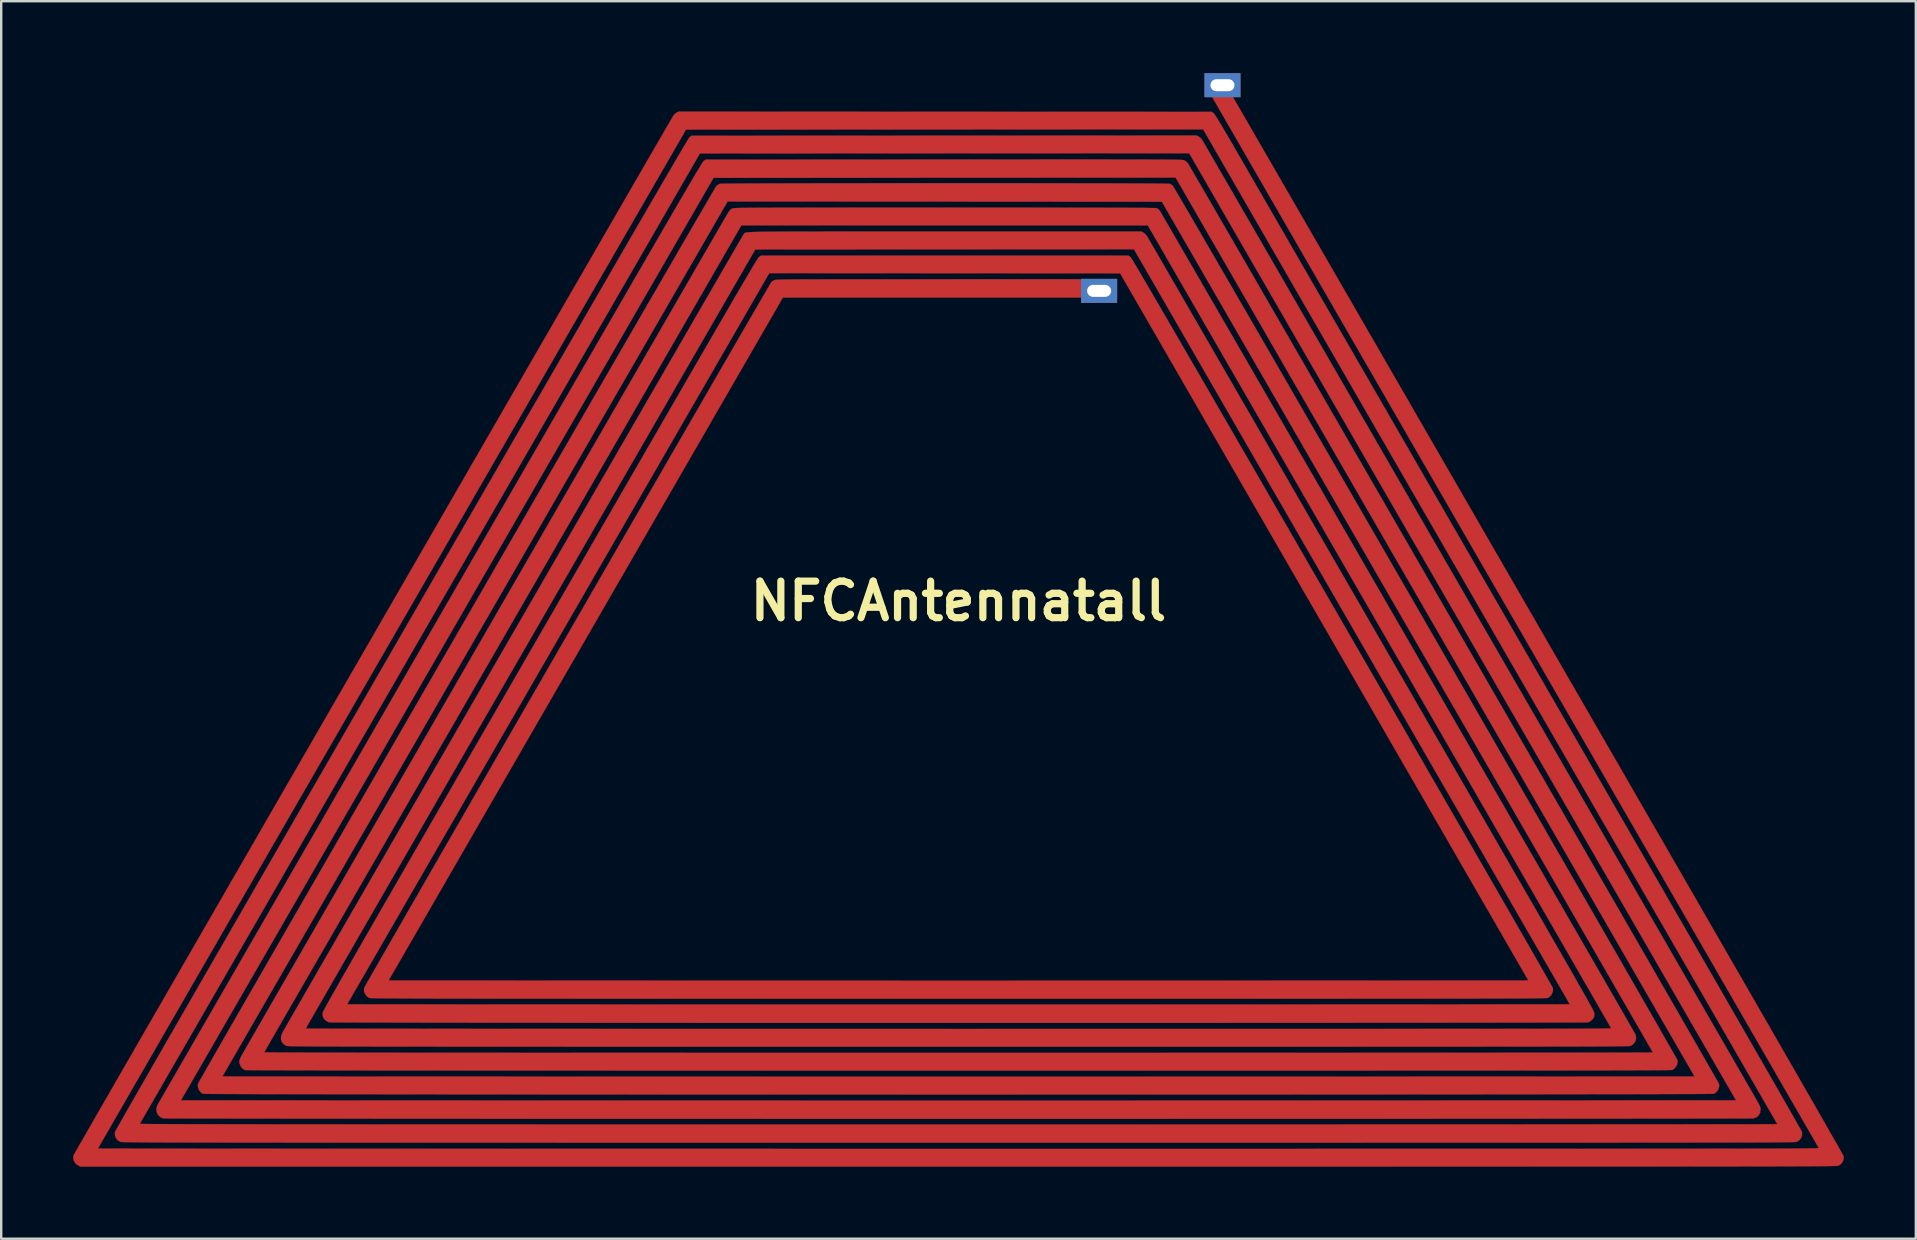
<source format=kicad_pcb>
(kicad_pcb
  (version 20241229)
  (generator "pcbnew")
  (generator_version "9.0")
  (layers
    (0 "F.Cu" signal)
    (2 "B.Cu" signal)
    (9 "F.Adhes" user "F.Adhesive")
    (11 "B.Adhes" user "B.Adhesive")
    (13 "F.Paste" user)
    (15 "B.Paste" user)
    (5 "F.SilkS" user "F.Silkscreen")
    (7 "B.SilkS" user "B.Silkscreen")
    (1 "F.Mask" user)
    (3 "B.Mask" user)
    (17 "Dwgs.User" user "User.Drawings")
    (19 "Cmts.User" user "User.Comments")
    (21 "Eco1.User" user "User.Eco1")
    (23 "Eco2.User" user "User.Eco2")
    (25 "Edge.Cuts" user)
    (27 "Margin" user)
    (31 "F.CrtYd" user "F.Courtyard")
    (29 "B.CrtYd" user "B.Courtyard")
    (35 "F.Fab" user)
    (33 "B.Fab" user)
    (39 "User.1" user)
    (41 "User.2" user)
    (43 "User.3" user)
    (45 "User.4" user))
  (footprint "NFCAntennatall"
    (layer "F.Cu")
    (at 36.891 23)
    (property "Reference" "NFCAntennatall" (at 0 -1 0) (layer "F.SilkS") (effects (font (size 1.524 1.524) (thickness 0.3))))
    (attr through_hole)
    (fp_poly (pts (xy 11.136 -22.525) (xy 11.147 -22.507) (xy 11.178 -22.452) (xy 11.231 -22.362) (xy 11.303 -22.237) (xy 11.394 -22.079) (xy 11.505 -21.887) (xy 11.634 -21.663) (xy 11.782 -21.408) (xy 11.948 -21.121) (xy 12.131 -20.804) (xy 12.331 -20.457) (xy 12.548 -20.081) (xy 12.782 -19.678) (xy 13.031 -19.246) (xy 13.295 -18.788) (xy 13.575 -18.304) (xy 13.869 -17.794) (xy 14.178 -17.26) (xy 14.5 -16.702) (xy 14.836 -16.12) (xy 15.185 -15.516) (xy 15.546 -14.89) (xy 15.92 -14.243) (xy 16.306 -13.575) (xy 16.702 -12.888) (xy 17.11 -12.181) (xy 17.529 -11.457) (xy 17.957 -10.714) (xy 18.396 -9.955) (xy 18.844 -9.179) (xy 19.3 -8.388) (xy 19.766 -7.582) (xy 20.239 -6.762) (xy 20.72 -5.929) (xy 21.209 -5.082) (xy 21.704 -4.224) (xy 22.206 -3.355) (xy 22.714 -2.475) (xy 23.228 -1.585) (xy 23.747 -0.686) (xy 24.013 -0.226) (xy 24.706 0.976) (xy 25.378 2.141) (xy 26.03 3.269) (xy 26.661 4.362) (xy 27.271 5.42) (xy 27.861 6.442) (xy 28.43 7.429) (xy 28.979 8.381) (xy 29.509 9.299) (xy 30.019 10.183) (xy 30.509 11.032) (xy 30.979 11.848) (xy 31.43 12.631) (xy 31.862 13.38) (xy 32.275 14.097) (xy 32.67 14.781) (xy 33.045 15.433) (xy 33.402 16.052) (xy 33.74 16.64) (xy 34.061 17.197) (xy 34.363 17.722) (xy 34.647 18.216) (xy 34.914 18.679) (xy 35.162 19.112) (xy 35.394 19.515) (xy 35.608 19.888) (xy 35.805 20.231) (xy 35.985 20.545) (xy 36.148 20.83) (xy 36.294 21.087) (xy 36.424 21.314) (xy 36.538 21.513) (xy 36.635 21.685) (xy 36.716 21.828) (xy 36.782 21.944) (xy 36.831 22.033) (xy 36.865 22.095) (xy 36.884 22.131) (xy 36.888 22.14) (xy 36.883 22.259) (xy 36.842 22.369) (xy 36.768 22.461) (xy 36.673 22.524) (xy 36.669 22.525) (xy 36.663 22.527) (xy 36.654 22.528) (xy 36.643 22.53) (xy 36.628 22.531) (xy 36.609 22.533) (xy 36.586 22.534) (xy 36.557 22.535) (xy 36.523 22.536) (xy 36.481 22.538) (xy 36.433 22.539) (xy 36.378 22.54) (xy 36.314 22.541) (xy 36.241 22.542) (xy 36.159 22.543) (xy 36.067 22.544) (xy 35.964 22.545) (xy 35.85 22.546) (xy 35.725 22.547) (xy 35.587 22.548) (xy 35.436 22.549) (xy 35.272 22.55) (xy 35.093 22.55) (xy 34.9 22.551) (xy 34.692 22.552) (xy 34.468 22.553) (xy 34.227 22.553) (xy 33.969 22.554) (xy 33.694 22.554) (xy 33.4 22.555) (xy 33.088 22.556) (xy 32.756 22.556) (xy 32.405 22.557) (xy 32.032 22.557) (xy 31.639 22.557) (xy 31.224 22.558) (xy 30.786 22.558) (xy 30.326 22.559) (xy 29.842 22.559) (xy 29.334 22.559) (xy 28.801 22.56) (xy 28.243 22.56) (xy 27.659 22.56) (xy 27.048 22.561) (xy 26.411 22.561) (xy 25.746 22.561) (xy 25.053 22.561) (xy 24.331 22.561) (xy 23.579 22.562) (xy 22.798 22.562) (xy 21.986 22.562) (xy 21.143 22.562) (xy 20.268 22.562) (xy 19.36 22.562) (xy 18.42 22.562) (xy 17.446 22.563) (xy 16.438 22.563) (xy 15.396 22.563) (xy 14.318 22.563) (xy 13.204 22.563) (xy 12.054 22.563) (xy 10.867 22.563) (xy 9.642 22.563) (xy 8.379 22.563) (xy 7.077 22.563) (xy 5.736 22.563) (xy 4.355 22.563) (xy 2.933 22.563) (xy 1.47 22.563) (xy -0.001 22.563) (xy -36.588 22.564) (xy -36.682 22.516) (xy -36.78 22.446) (xy -36.849 22.352) (xy -36.886 22.244) (xy -36.886 22.13) (xy -36.879 22.099) (xy -36.868 22.079) (xy -36.836 22.023) (xy -36.784 21.932) (xy -36.713 21.807) (xy -36.622 21.648) (xy -36.513 21.458) (xy -36.385 21.236) (xy -36.24 20.984) (xy -36.078 20.701) (xy -35.899 20.39) (xy -35.704 20.052) (xy -35.493 19.686) (xy -35.267 19.293) (xy -35.027 18.876) (xy -34.772 18.434) (xy -34.504 17.969) (xy -34.223 17.48) (xy -33.929 16.97) (xy -33.623 16.439) (xy -33.305 15.888) (xy -32.977 15.318) (xy -32.637 14.729) (xy -32.288 14.123) (xy -31.929 13.5) (xy -31.561 12.862) (xy -31.184 12.208) (xy -30.799 11.541) (xy -30.407 10.861) (xy -30.007 10.168) (xy -29.601 9.464) (xy -29.189 8.75) (xy -28.772 8.025) (xy -28.349 7.292) (xy -27.922 6.552) (xy -27.49 5.804) (xy -27.056 5.05) (xy -26.618 4.291) (xy -26.177 3.527) (xy -25.735 2.76) (xy -25.291 1.99) (xy -24.846 1.219) (xy -24.4 0.447) (xy -23.954 -0.326) (xy -23.509 -1.098) (xy -23.065 -1.867) (xy -22.622 -2.635) (xy -22.181 -3.399) (xy -21.743 -4.158) (xy -21.308 -4.912) (xy -20.876 -5.661) (xy -20.448 -6.402) (xy -20.025 -7.135) (xy -19.607 -7.86) (xy -19.194 -8.575) (xy -18.787 -9.28) (xy -18.387 -9.973) (xy -17.994 -10.655) (xy -17.608 -11.323) (xy -17.23 -11.977) (xy -16.861 -12.617) (xy -16.501 -13.24) (xy -16.15 -13.848) (xy -15.809 -14.437) (xy -15.479 -15.009) (xy -15.16 -15.561) (xy -14.853 -16.094) (xy -14.557 -16.605) (xy -14.275 -17.095) (xy -14.005 -17.562) (xy -13.748 -18.005) (xy -13.506 -18.425) (xy -13.279 -18.818) (xy -13.066 -19.186) (xy -12.869 -19.527) (xy -12.688 -19.84) (xy -12.524 -20.124) (xy -12.376 -20.378) (xy -12.247 -20.602) (xy -12.135 -20.795) (xy -12.042 -20.955) (xy -11.968 -21.082) (xy -11.913 -21.175) (xy -11.879 -21.234) (xy -11.866 -21.256) (xy -11.826 -21.299) (xy -11.768 -21.342) (xy -11.75 -21.353) (xy -11.667 -21.4) (xy -0.556 -21.394) (xy 10.555 -21.389) (xy 10.63 -21.332) (xy 10.648 -21.314) (xy 10.674 -21.28) (xy 10.708 -21.23) (xy 10.754 -21.16) (xy 10.81 -21.069) (xy 10.88 -20.955) (xy 10.963 -20.817) (xy 11.06 -20.652) (xy 11.174 -20.458) (xy 11.304 -20.234) (xy 11.453 -19.978) (xy 11.621 -19.688) (xy 11.711 -19.532) (xy 11.766 -19.437) (xy 11.841 -19.307) (xy 11.937 -19.141) (xy 12.052 -18.941) (xy 12.187 -18.708) (xy 12.34 -18.442) (xy 12.512 -18.145) (xy 12.701 -17.817) (xy 12.907 -17.46) (xy 13.131 -17.073) (xy 13.37 -16.658) (xy 13.626 -16.215) (xy 13.896 -15.747) (xy 14.182 -15.252) (xy 14.482 -14.733) (xy 14.795 -14.19) (xy 15.122 -13.623) (xy 15.462 -13.035) (xy 15.815 -12.425) (xy 16.179 -11.794) (xy 16.554 -11.144) (xy 16.941 -10.474) (xy 17.337 -9.787) (xy 17.744 -9.083) (xy 18.16 -8.362) (xy 18.585 -7.625) (xy 19.019 -6.875) (xy 19.46 -6.11) (xy 19.909 -5.332) (xy 20.365 -4.542) (xy 20.828 -3.741) (xy 21.296 -2.93) (xy 21.77 -2.109) (xy 22.249 -1.279) (xy 22.733 -0.442) (xy 23.221 0.403) (xy 23.712 1.254) (xy 23.929 1.63) (xy 24.595 2.784) (xy 25.24 3.901) (xy 25.864 4.982) (xy 26.467 6.027) (xy 27.049 7.035) (xy 27.61 8.008) (xy 28.151 8.945) (xy 28.67 9.846) (xy 29.17 10.711) (xy 29.648 11.541) (xy 30.106 12.335) (xy 30.544 13.094) (xy 30.961 13.818) (xy 31.358 14.507) (xy 31.735 15.161) (xy 32.092 15.781) (xy 32.428 16.366) (xy 32.745 16.916) (xy 33.042 17.432) (xy 33.318 17.913) (xy 33.576 18.361) (xy 33.813 18.774) (xy 34.031 19.154) (xy 34.229 19.5) (xy 34.408 19.812) (xy 34.567 20.09) (xy 34.707 20.336) (xy 34.828 20.548) (xy 34.929 20.727) (xy 35.012 20.873) (xy 35.075 20.986) (xy 35.12 21.066) (xy 35.145 21.113) (xy 35.152 21.128) (xy 35.152 21.258) (xy 35.113 21.371) (xy 35.039 21.463) (xy 34.936 21.529) (xy 34.932 21.531) (xy 34.926 21.532) (xy 34.917 21.534) (xy 34.905 21.535) (xy 34.889 21.537) (xy 34.869 21.538) (xy 34.845 21.54) (xy 34.814 21.541) (xy 34.778 21.542) (xy 34.734 21.543) (xy 34.684 21.545) (xy 34.625 21.546) (xy 34.558 21.547) (xy 34.482 21.548) (xy 34.396 21.549) (xy 34.3 21.55) (xy 34.193 21.551) (xy 34.074 21.552) (xy 33.943 21.553) (xy 33.799 21.554) (xy 33.642 21.555) (xy 33.471 21.555) (xy 33.286 21.556) (xy 33.085 21.557) (xy 32.868 21.558) (xy 32.636 21.558) (xy 32.386 21.559) (xy 32.118 21.559) (xy 31.833 21.56) (xy 31.528 21.561) (xy 31.204 21.561) (xy 30.861 21.562) (xy 30.496 21.562) (xy 30.111 21.563) (xy 29.703 21.563) (xy 29.274 21.563) (xy 28.821 21.564) (xy 28.344 21.564) (xy 27.844 21.564) (xy 27.318 21.565) (xy 26.767 21.565) (xy 26.191 21.565) (xy 25.587 21.566) (xy 24.956 21.566) (xy 24.298 21.566) (xy 23.611 21.566) (xy 22.895 21.567) (xy 22.149 21.567) (xy 21.373 21.567) (xy 20.567 21.567) (xy 19.728 21.567) (xy 18.858 21.567) (xy 17.955 21.567) (xy 17.019 21.567) (xy 16.049 21.568) (xy 15.045 21.568) (xy 14.005 21.568) (xy 12.93 21.568) (xy 11.819 21.568) (xy 10.67 21.568) (xy 9.484 21.568) (xy 8.261 21.568) (xy 6.998 21.568) (xy 5.696 21.568) (xy 4.354 21.568) (xy 2.972 21.568) (xy 1.549 21.568) (xy 0.084 21.568) (xy 0 21.568) (xy -1.467 21.568) (xy -2.893 21.568) (xy -4.278 21.568) (xy -5.622 21.568) (xy -6.926 21.568) (xy -8.19 21.568) (xy -9.416 21.568) (xy -10.604 21.568) (xy -11.755 21.568) (xy -12.868 21.568) (xy -13.946 21.568) (xy -14.987 21.568) (xy -15.994 21.568) (xy -16.965 21.567) (xy -17.903 21.567) (xy -18.808 21.567) (xy -19.68 21.567) (xy -20.52 21.567) (xy -21.329 21.567) (xy -22.106 21.567) (xy -22.854 21.567) (xy -23.571 21.566) (xy -24.26 21.566) (xy -24.92 21.566) (xy -25.552 21.566) (xy -26.157 21.565) (xy -26.736 21.565) (xy -27.288 21.565) (xy -27.815 21.565) (xy -28.317 21.564) (xy -28.795 21.564) (xy -29.249 21.563) (xy -29.68 21.563) (xy -30.088 21.563) (xy -30.475 21.562) (xy -30.841 21.562) (xy -31.186 21.561) (xy -31.51 21.561) (xy -31.816 21.56) (xy -32.103 21.559) (xy -32.371 21.559) (xy -32.622 21.558) (xy -32.856 21.558) (xy -33.073 21.557) (xy -33.275 21.556) (xy -33.461 21.555) (xy -33.633 21.555) (xy -33.791 21.554) (xy -33.935 21.553) (xy -34.067 21.552) (xy -34.186 21.551) (xy -34.294 21.55) (xy -34.391 21.549) (xy -34.477 21.548) (xy -34.554 21.547) (xy -34.622 21.546) (xy -34.681 21.545) (xy -34.732 21.543) (xy -34.775 21.542) (xy -34.812 21.541) (xy -34.843 21.54) (xy -34.868 21.538) (xy -34.888 21.537) (xy -34.904 21.535) (xy -34.916 21.534) (xy -34.925 21.532) (xy -34.932 21.531) (xy -34.936 21.529) (xy -34.936 21.529) (xy -35.043 21.46) (xy -35.115 21.366) (xy -35.152 21.253) (xy -35.152 21.128) (xy -35.142 21.108) (xy -35.114 21.055) (xy -35.066 20.969) (xy -35 20.851) (xy -34.914 20.7) (xy -34.81 20.517) (xy -34.687 20.3) (xy -34.544 20.05) (xy -34.382 19.767) (xy -34.201 19.451) (xy -34 19.101) (xy -33.78 18.718) (xy -33.541 18.301) (xy -33.282 17.85) (xy -33.003 17.365) (xy -32.704 16.846) (xy -32.386 16.293) (xy -32.047 15.705) (xy -31.689 15.083) (xy -31.311 14.426) (xy -30.912 13.734) (xy -30.494 13.008) (xy -30.055 12.247) (xy -29.596 11.45) (xy -29.116 10.618) (xy -28.616 9.751) (xy -28.095 8.849) (xy -27.554 7.91) (xy -26.992 6.936) (xy -26.409 5.927) (xy -25.805 4.881) (xy -25.181 3.799) (xy -24.535 2.68) (xy -23.869 1.526) (xy -23.214 0.392) (xy -22.589 -0.692) (xy -21.984 -1.739) (xy -21.4 -2.751) (xy -20.836 -3.728) (xy -20.291 -4.67) (xy -19.767 -5.578) (xy -19.262 -6.453) (xy -18.775 -7.295) (xy -18.307 -8.105) (xy -17.858 -8.883) (xy -17.426 -9.63) (xy -17.013 -10.346) (xy -16.616 -11.032) (xy -16.237 -11.688) (xy -15.874 -12.316) (xy -15.528 -12.914) (xy -15.198 -13.485) (xy -14.883 -14.029) (xy -14.585 -14.545) (xy -14.301 -15.036) (xy -14.032 -15.5) (xy -13.778 -15.939) (xy -13.537 -16.354) (xy -13.311 -16.744) (xy -13.098 -17.111) (xy -12.899 -17.455) (xy -12.712 -17.776) (xy -12.538 -18.075) (xy -12.377 -18.353) (xy -12.227 -18.61) (xy -12.089 -18.847) (xy -11.963 -19.064) (xy -11.847 -19.261) (xy -11.743 -19.44) (xy -11.648 -19.601) (xy -11.564 -19.744) (xy -11.49 -19.87) (xy -11.425 -19.98) (xy -11.369 -20.074) (xy -11.322 -20.152) (xy -11.283 -20.215) (xy -11.253 -20.264) (xy -11.231 -20.299) (xy -11.216 -20.321) (xy -11.208 -20.33) (xy -11.13 -20.394) (xy -0.608 -20.399) (xy 9.914 -20.405) (xy 10.004 -20.361) (xy 10.098 -20.292) (xy 10.157 -20.218) (xy 10.169 -20.197) (xy 10.202 -20.14) (xy 10.256 -20.048) (xy 10.328 -19.922) (xy 10.42 -19.763) (xy 10.531 -19.572) (xy 10.659 -19.35) (xy 10.805 -19.097) (xy 10.968 -18.815) (xy 11.148 -18.505) (xy 11.343 -18.167) (xy 11.554 -17.802) (xy 11.779 -17.411) (xy 12.019 -16.996) (xy 12.273 -16.557) (xy 12.54 -16.095) (xy 12.82 -15.61) (xy 13.112 -15.105) (xy 13.416 -14.579) (xy 13.731 -14.033) (xy 14.056 -13.47) (xy 14.392 -12.888) (xy 14.737 -12.29) (xy 15.092 -11.676) (xy 15.455 -11.048) (xy 15.826 -10.405) (xy 16.205 -9.749) (xy 16.59 -9.081) (xy 16.983 -8.402) (xy 17.381 -7.713) (xy 17.784 -7.014) (xy 18.193 -6.307) (xy 18.605 -5.592) (xy 19.022 -4.871) (xy 19.442 -4.143) (xy 19.865 -3.411) (xy 20.29 -2.675) (xy 20.716 -1.936) (xy 21.144 -1.195) (xy 21.573 -0.452) (xy 22.002 0.29) (xy 22.431 1.033) (xy 22.858 1.773) (xy 23.285 2.512) (xy 23.709 3.247) (xy 24.131 3.977) (xy 24.55 4.703) (xy 24.965 5.423) (xy 25.377 6.135) (xy 25.784 6.84) (xy 26.185 7.536) (xy 26.582 8.222) (xy 26.972 8.898) (xy 27.355 9.562) (xy 27.732 10.214) (xy 28.1 10.853) (xy 28.461 11.477) (xy 28.812 12.086) (xy 29.155 12.679) (xy 29.487 13.256) (xy 29.81 13.814) (xy 30.121 14.354) (xy 30.421 14.874) (xy 30.709 15.373) (xy 30.985 15.851) (xy 31.248 16.306) (xy 31.497 16.738) (xy 31.733 17.146) (xy 31.954 17.529) (xy 32.16 17.886) (xy 32.35 18.216) (xy 32.524 18.518) (xy 32.682 18.791) (xy 32.822 19.034) (xy 32.945 19.247) (xy 33.05 19.429) (xy 33.136 19.578) (xy 33.202 19.694) (xy 33.249 19.775) (xy 33.276 19.822) (xy 33.277 19.823) (xy 33.336 19.928) (xy 33.376 20.006) (xy 33.402 20.064) (xy 33.416 20.113) (xy 33.421 20.16) (xy 33.422 20.196) (xy 33.403 20.319) (xy 33.348 20.423) (xy 33.261 20.501) (xy 33.146 20.551) (xy 33.135 20.554) (xy 33.11 20.555) (xy 33.044 20.555) (xy 32.938 20.556) (xy 32.792 20.557) (xy 32.607 20.558) (xy 32.384 20.558) (xy 32.123 20.559) (xy 31.827 20.56) (xy 31.496 20.56) (xy 31.13 20.561) (xy 30.73 20.562) (xy 30.298 20.562) (xy 29.833 20.563) (xy 29.338 20.563) (xy 28.813 20.564) (xy 28.259 20.564) (xy 27.676 20.565) (xy 27.066 20.565) (xy 26.429 20.566) (xy 25.767 20.566) (xy 25.08 20.567) (xy 24.368 20.567) (xy 23.634 20.568) (xy 22.878 20.568) (xy 22.1 20.569) (xy 21.302 20.569) (xy 20.484 20.569) (xy 19.648 20.57) (xy 18.793 20.57) (xy 17.922 20.57) (xy 17.035 20.571) (xy 16.133 20.571) (xy 15.216 20.571) (xy 14.286 20.571) (xy 13.343 20.572) (xy 12.389 20.572) (xy 11.424 20.572) (xy 10.448 20.572) (xy 9.464 20.572) (xy 8.472 20.573) (xy 7.472 20.573) (xy 6.466 20.573) (xy 5.455 20.573) (xy 4.438 20.573) (xy 3.418 20.573) (xy 2.395 20.573) (xy 1.37 20.573) (xy 0.344 20.573) (xy -0.682 20.573) (xy -1.708 20.573) (xy -2.733 20.573) (xy -3.755 20.573) (xy -4.774 20.573) (xy -5.789 20.573) (xy -6.799 20.573) (xy -7.803 20.573) (xy -8.8 20.572) (xy -9.79 20.572) (xy -10.771 20.572) (xy -11.743 20.572) (xy -12.705 20.572) (xy -13.655 20.572) (xy -14.594 20.571) (xy -15.52 20.571) (xy -16.432 20.571) (xy -17.329 20.571) (xy -18.211 20.57) (xy -19.077 20.57) (xy -19.925 20.57) (xy -20.756 20.569) (xy -21.567 20.569) (xy -22.359 20.568) (xy -23.129 20.568) (xy -23.879 20.568) (xy -24.605 20.567) (xy -25.309 20.567) (xy -25.988 20.566) (xy -26.642 20.566) (xy -27.27 20.565) (xy -27.871 20.565) (xy -28.445 20.564) (xy -28.989 20.564) (xy -29.505 20.563) (xy -29.99 20.563) (xy -30.444 20.562) (xy -30.865 20.561) (xy -31.254 20.561) (xy -31.609 20.56) (xy -31.929 20.559) (xy -32.213 20.559) (xy -32.461 20.558) (xy -32.672 20.557) (xy -32.844 20.557) (xy -32.977 20.556) (xy -33.071 20.555) (xy -33.123 20.554) (xy -33.135 20.554) (xy -33.248 20.508) (xy -33.336 20.433) (xy -33.395 20.337) (xy -33.423 20.226) (xy -33.417 20.107) (xy -33.374 19.99) (xy -33.361 19.968) (xy -33.328 19.91) (xy -33.274 19.817) (xy -33.201 19.69) (xy -33.108 19.529) (xy -32.996 19.335) (xy -32.866 19.108) (xy -32.717 18.851) (xy -32.551 18.563) (xy -32.368 18.245) (xy -32.167 17.898) (xy -31.951 17.523) (xy -31.718 17.119) (xy -31.47 16.69) (xy -31.207 16.234) (xy -30.929 15.752) (xy -30.637 15.247) (xy -30.331 14.717) (xy -30.012 14.164) (xy -29.681 13.589) (xy -29.336 12.992) (xy -28.98 12.375) (xy -28.612 11.737) (xy -28.233 11.081) (xy -27.843 10.405) (xy -27.443 9.712) (xy -27.033 9.002) (xy -26.613 8.276) (xy -26.185 7.534) (xy -25.748 6.777) (xy -25.303 6.006) (xy -24.851 5.222) (xy -24.391 4.426) (xy -23.924 3.618) (xy -23.451 2.798) (xy -22.973 1.969) (xy -22.488 1.13) (xy -22.013 0.307) (xy -21.42 -0.72) (xy -20.848 -1.711) (xy -20.296 -2.667) (xy -19.764 -3.588) (xy -19.252 -4.475) (xy -18.759 -5.328) (xy -18.286 -6.149) (xy -17.83 -6.937) (xy -17.393 -7.694) (xy -16.974 -8.419) (xy -16.572 -9.115) (xy -16.188 -9.78) (xy -15.82 -10.417) (xy -15.468 -11.025) (xy -15.133 -11.606) (xy -14.813 -12.159) (xy -14.508 -12.686) (xy -14.219 -13.187) (xy -13.944 -13.662) (xy -13.683 -14.113) (xy -13.436 -14.541) (xy -13.202 -14.944) (xy -12.981 -15.325) (xy -12.773 -15.684) (xy -12.578 -16.022) (xy -12.394 -16.338) (xy -12.222 -16.635) (xy -12.061 -16.912) (xy -11.911 -17.17) (xy -11.772 -17.409) (xy -11.642 -17.631) (xy -11.523 -17.836) (xy -11.412 -18.025) (xy -11.311 -18.198) (xy -11.219 -18.356) (xy -11.134 -18.499) (xy -11.058 -18.629) (xy -10.989 -18.745) (xy -10.928 -18.849) (xy -10.873 -18.941) (xy -10.824 -19.021) (xy -10.782 -19.091) (xy -10.746 -19.151) (xy -10.714 -19.202) (xy -10.688 -19.243) (xy -10.666 -19.277) (xy -10.649 -19.303) (xy -10.635 -19.322) (xy -10.625 -19.335) (xy -10.618 -19.342) (xy -10.617 -19.344) (xy -10.534 -19.399) (xy -0.608 -19.405) (xy 0.165 -19.405) (xy 0.897 -19.405) (xy 1.589 -19.406) (xy 2.242 -19.406) (xy 2.858 -19.406) (xy 3.436 -19.407) (xy 3.98 -19.407) (xy 4.488 -19.407) (xy 4.964 -19.407) (xy 5.407 -19.407) (xy 5.82 -19.407) (xy 6.203 -19.407) (xy 6.557 -19.406) (xy 6.883 -19.406) (xy 7.183 -19.406) (xy 7.458 -19.405) (xy 7.709 -19.405) (xy 7.937 -19.404) (xy 8.143 -19.403) (xy 8.328 -19.403) (xy 8.493 -19.402) (xy 8.641 -19.4) (xy 8.77 -19.399) (xy 8.884 -19.398) (xy 8.983 -19.397) (xy 9.068 -19.395) (xy 9.14 -19.393) (xy 9.2 -19.392) (xy 9.25 -19.39) (xy 9.291 -19.388) (xy 9.324 -19.385) (xy 9.349 -19.383) (xy 9.369 -19.38) (xy 9.384 -19.378) (xy 9.395 -19.375) (xy 9.403 -19.372) (xy 9.408 -19.37) (xy 9.477 -19.328) (xy 9.539 -19.274) (xy 9.551 -19.259) (xy 9.566 -19.235) (xy 9.601 -19.176) (xy 9.656 -19.082) (xy 9.73 -18.955) (xy 9.824 -18.794) (xy 9.935 -18.602) (xy 10.065 -18.378) (xy 10.212 -18.124) (xy 10.376 -17.841) (xy 10.556 -17.53) (xy 10.752 -17.192) (xy 10.963 -16.827) (xy 11.189 -16.437) (xy 11.429 -16.022) (xy 11.683 -15.584) (xy 11.949 -15.123) (xy 12.228 -14.64) (xy 12.519 -14.136) (xy 12.822 -13.613) (xy 13.135 -13.07) (xy 13.459 -12.51) (xy 13.793 -11.932) (xy 14.136 -11.338) (xy 14.488 -10.729) (xy 14.848 -10.106) (xy 15.215 -9.469) (xy 15.59 -8.82) (xy 15.972 -8.159) (xy 16.359 -7.487) (xy 16.753 -6.806) (xy 17.151 -6.116) (xy 17.554 -5.419) (xy 17.96 -4.714) (xy 18.37 -4.003) (xy 18.783 -3.288) (xy 19.199 -2.568) (xy 19.616 -1.845) (xy 20.035 -1.12) (xy 20.454 -0.393) (xy 20.873 0.334) (xy 21.292 1.06) (xy 21.711 1.785) (xy 22.127 2.508) (xy 22.542 3.227) (xy 22.955 3.942) (xy 23.364 4.652) (xy 23.77 5.356) (xy 24.172 6.053) (xy 24.569 6.742) (xy 24.962 7.422) (xy 25.348 8.092) (xy 25.728 8.752) (xy 26.102 9.4) (xy 26.468 10.035) (xy 26.826 10.657) (xy 27.176 11.264) (xy 27.518 11.856) (xy 27.849 12.432) (xy 28.171 12.99) (xy 28.482 13.531) (xy 28.783 14.052) (xy 29.071 14.553) (xy 29.348 15.034) (xy 29.612 15.492) (xy 29.863 15.928) (xy 30.1 16.34) (xy 30.323 16.727) (xy 30.531 17.089) (xy 30.724 17.424) (xy 30.901 17.732) (xy 31.061 18.011) (xy 31.205 18.262) (xy 31.331 18.482) (xy 31.439 18.671) (xy 31.529 18.827) (xy 31.599 18.951) (xy 31.651 19.041) (xy 31.681 19.096) (xy 31.692 19.115) (xy 31.698 19.22) (xy 31.67 19.326) (xy 31.614 19.423) (xy 31.536 19.499) (xy 31.482 19.529) (xy 31.457 19.53) (xy 31.392 19.532) (xy 31.285 19.533) (xy 31.14 19.534) (xy 30.955 19.536) (xy 30.732 19.537) (xy 30.473 19.538) (xy 30.177 19.539) (xy 29.847 19.54) (xy 29.482 19.541) (xy 29.084 19.543) (xy 28.653 19.544) (xy 28.191 19.545) (xy 27.698 19.546) (xy 27.175 19.546) (xy 26.624 19.547) (xy 26.044 19.548) (xy 25.438 19.549) (xy 24.805 19.55) (xy 24.147 19.551) (xy 23.465 19.552) (xy 22.759 19.552) (xy 22.031 19.553) (xy 21.281 19.554) (xy 20.51 19.554) (xy 19.719 19.555) (xy 18.91 19.556) (xy 18.082 19.556) (xy 17.237 19.557) (xy 16.376 19.557) (xy 15.5 19.558) (xy 14.609 19.558) (xy 13.704 19.559) (xy 12.787 19.559) (xy 11.858 19.559) (xy 10.918 19.56) (xy 9.968 19.56) (xy 9.009 19.56) (xy 8.042 19.561) (xy 7.067 19.561) (xy 6.086 19.561) (xy 5.1 19.561) (xy 4.109 19.561) (xy 3.114 19.561) (xy 2.117 19.562) (xy 1.117 19.562) (xy 0.117 19.562) (xy -0.884 19.562) (xy -1.883 19.562) (xy -2.881 19.561) (xy -3.877 19.561) (xy -4.869 19.561) (xy -5.856 19.561) (xy -6.839 19.561) (xy -7.815 19.561) (xy -8.784 19.56) (xy -9.745 19.56) (xy -10.697 19.56) (xy -11.639 19.56) (xy -12.571 19.559) (xy -13.491 19.559) (xy -14.399 19.558) (xy -15.293 19.558) (xy -16.173 19.557) (xy -17.038 19.557) (xy -17.886 19.556) (xy -18.718 19.556) (xy -19.532 19.555) (xy -20.327 19.555) (xy -21.103 19.554) (xy -21.858 19.553) (xy -22.591 19.553) (xy -23.302 19.552) (xy -23.99 19.551) (xy -24.654 19.55) (xy -25.292 19.549) (xy -25.905 19.549) (xy -26.491 19.548) (xy -27.049 19.547) (xy -27.578 19.546) (xy -28.078 19.545) (xy -28.548 19.544) (xy -28.986 19.543) (xy -29.392 19.542) (xy -29.765 19.541) (xy -30.103 19.539) (xy -30.407 19.538) (xy -30.675 19.537) (xy -30.906 19.536) (xy -31.1 19.535) (xy -31.255 19.533) (xy -31.371 19.532) (xy -31.446 19.531) (xy -31.48 19.529) (xy -31.482 19.529) (xy -31.571 19.471) (xy -31.641 19.385) (xy -31.686 19.283) (xy -31.7 19.176) (xy -31.692 19.115) (xy -31.68 19.093) (xy -31.648 19.034) (xy -31.595 18.941) (xy -31.523 18.814) (xy -31.432 18.655) (xy -31.323 18.463) (xy -31.195 18.24) (xy -31.051 17.987) (xy -30.889 17.706) (xy -30.711 17.396) (xy -30.517 17.058) (xy -30.308 16.695) (xy -30.085 16.306) (xy -29.847 15.892) (xy -29.596 15.455) (xy -29.331 14.996) (xy -29.054 14.515) (xy -28.766 14.014) (xy -28.465 13.492) (xy -28.154 12.952) (xy -27.833 12.394) (xy -27.501 11.819) (xy -27.161 11.229) (xy -26.812 10.623) (xy -26.454 10.003) (xy -26.089 9.37) (xy -25.717 8.725) (xy -25.339 8.068) (xy -24.954 7.402) (xy -24.564 6.726) (xy -24.169 6.041) (xy -23.77 5.349) (xy -23.367 4.651) (xy -22.96 3.947) (xy -22.551 3.238) (xy -22.14 2.525) (xy -21.727 1.81) (xy -21.313 1.093) (xy -20.899 0.375) (xy -20.484 -0.343) (xy -20.07 -1.06) (xy -19.657 -1.775) (xy -19.246 -2.487) (xy -18.836 -3.196) (xy -18.43 -3.899) (xy -18.027 -4.597) (xy -17.627 -5.289) (xy -17.232 -5.972) (xy -16.842 -6.648) (xy -16.457 -7.314) (xy -16.078 -7.969) (xy -15.706 -8.613) (xy -15.34 -9.245) (xy -14.982 -9.864) (xy -14.633 -10.468) (xy -14.292 -11.057) (xy -13.96 -11.631) (xy -13.638 -12.187) (xy -13.327 -12.726) (xy -13.026 -13.245) (xy -12.736 -13.745) (xy -12.459 -14.224) (xy -12.194 -14.682) (xy -11.942 -15.116) (xy -11.704 -15.528) (xy -11.479 -15.914) (xy -11.27 -16.276) (xy -11.075 -16.611) (xy -10.897 -16.918) (xy -10.734 -17.198) (xy -10.588 -17.448) (xy -10.46 -17.668) (xy -10.35 -17.857) (xy -10.258 -18.014) (xy -10.185 -18.138) (xy -10.132 -18.228) (xy -10.099 -18.283) (xy -10.086 -18.302) (xy -10.022 -18.35) (xy -9.952 -18.386) (xy -9.934 -18.392) (xy -9.907 -18.394) (xy -9.839 -18.396) (xy -9.731 -18.397) (xy -9.587 -18.399) (xy -9.406 -18.401) (xy -9.192 -18.402) (xy -8.945 -18.403) (xy -8.668 -18.405) (xy -8.361 -18.406) (xy -8.028 -18.407) (xy -7.668 -18.408) (xy -7.284 -18.409) (xy -6.878 -18.41) (xy -6.451 -18.411) (xy -6.005 -18.412) (xy -5.541 -18.413) (xy -5.062 -18.413) (xy -4.569 -18.414) (xy -4.063 -18.414) (xy -3.546 -18.415) (xy -3.02 -18.415) (xy -2.487 -18.416) (xy -1.947 -18.416) (xy -1.404 -18.416) (xy -0.858 -18.416) (xy -0.311 -18.416) (xy 0.235 -18.416) (xy 0.779 -18.416) (xy 1.318 -18.416) (xy 1.852 -18.415) (xy 2.378 -18.415) (xy 2.895 -18.415) (xy 3.402 -18.414) (xy 3.896 -18.414) (xy 4.376 -18.413) (xy 4.84 -18.412) (xy 5.287 -18.411) (xy 5.715 -18.41) (xy 6.122 -18.41) (xy 6.507 -18.409) (xy 6.867 -18.407) (xy 7.203 -18.406) (xy 7.51 -18.405) (xy 7.789 -18.404) (xy 8.037 -18.402) (xy 8.253 -18.401) (xy 8.435 -18.399) (xy 8.581 -18.398) (xy 8.69 -18.396) (xy 8.76 -18.394) (xy 8.79 -18.393) (xy 8.79 -18.393) (xy 8.857 -18.362) (xy 8.923 -18.315) (xy 8.936 -18.303) (xy 8.95 -18.28) (xy 8.985 -18.223) (xy 9.04 -18.13) (xy 9.114 -18.003) (xy 9.208 -17.844) (xy 9.319 -17.653) (xy 9.449 -17.431) (xy 9.596 -17.179) (xy 9.759 -16.898) (xy 9.939 -16.589) (xy 10.134 -16.253) (xy 10.344 -15.89) (xy 10.569 -15.503) (xy 10.808 -15.091) (xy 11.06 -14.656) (xy 11.325 -14.198) (xy 11.602 -13.719) (xy 11.891 -13.22) (xy 12.191 -12.701) (xy 12.502 -12.164) (xy 12.823 -11.609) (xy 13.154 -11.037) (xy 13.493 -10.45) (xy 13.841 -9.848) (xy 14.197 -9.232) (xy 14.56 -8.604) (xy 14.93 -7.963) (xy 15.307 -7.312) (xy 15.689 -6.651) (xy 16.076 -5.98) (xy 16.468 -5.302) (xy 16.864 -4.616) (xy 17.263 -3.925) (xy 17.665 -3.228) (xy 18.07 -2.527) (xy 18.477 -1.822) (xy 18.885 -1.115) (xy 19.293 -0.407) (xy 19.702 0.301) (xy 20.111 1.009) (xy 20.519 1.716) (xy 20.925 2.42) (xy 21.329 3.121) (xy 21.731 3.818) (xy 22.129 4.509) (xy 22.524 5.194) (xy 22.915 5.872) (xy 23.301 6.541) (xy 23.682 7.202) (xy 24.057 7.853) (xy 24.426 8.492) (xy 24.787 9.12) (xy 25.141 9.734) (xy 25.487 10.335) (xy 25.825 10.921) (xy 26.153 11.492) (xy 26.472 12.045) (xy 26.781 12.581) (xy 27.078 13.099) (xy 27.365 13.596) (xy 27.639 14.074) (xy 27.901 14.53) (xy 28.15 14.963) (xy 28.386 15.373) (xy 28.607 15.759) (xy 28.814 16.119) (xy 29.006 16.453) (xy 29.182 16.76) (xy 29.341 17.039) (xy 29.484 17.289) (xy 29.61 17.508) (xy 29.717 17.697) (xy 29.806 17.854) (xy 29.876 17.978) (xy 29.927 18.068) (xy 29.957 18.123) (xy 29.967 18.142) (xy 29.962 18.251) (xy 29.924 18.358) (xy 29.859 18.452) (xy 29.774 18.521) (xy 29.746 18.534) (xy 29.738 18.536) (xy 29.72 18.537) (xy 29.69 18.538) (xy 29.65 18.539) (xy 29.597 18.541) (xy 29.532 18.542) (xy 29.453 18.543) (xy 29.361 18.544) (xy 29.254 18.545) (xy 29.132 18.546) (xy 28.994 18.547) (xy 28.84 18.548) (xy 28.67 18.549) (xy 28.481 18.55) (xy 28.275 18.55) (xy 28.049 18.551) (xy 27.805 18.552) (xy 27.54 18.553) (xy 27.255 18.553) (xy 26.949 18.554) (xy 26.621 18.555) (xy 26.27 18.555) (xy 25.896 18.556) (xy 25.499 18.556) (xy 25.078 18.557) (xy 24.632 18.557) (xy 24.16 18.558) (xy 23.662 18.558) (xy 23.138 18.559) (xy 22.586 18.559) (xy 22.007 18.56) (xy 21.399 18.56) (xy 20.761 18.56) (xy 20.095 18.561) (xy 19.397 18.561) (xy 18.669 18.561) (xy 17.91 18.561) (xy 17.118 18.562) (xy 16.293 18.562) (xy 15.435 18.562) (xy 14.543 18.562) (xy 13.617 18.562) (xy 12.655 18.563) (xy 11.657 18.563) (xy 10.623 18.563) (xy 9.552 18.563) (xy 8.444 18.563) (xy 7.297 18.563) (xy 6.111 18.563) (xy 4.886 18.563) (xy 3.62 18.563) (xy 2.314 18.563) (xy 0.967 18.563) (xy 0.002 18.563) (xy -1.487 18.563) (xy -2.934 18.563) (xy -4.339 18.563) (xy -5.703 18.563) (xy -7.025 18.563) (xy -8.307 18.563) (xy -9.548 18.563) (xy -10.749 18.562) (xy -11.91 18.562) (xy -13.031 18.562) (xy -14.113 18.562) (xy -15.156 18.561) (xy -16.16 18.561) (xy -17.125 18.561) (xy -18.053 18.56) (xy -18.942 18.56) (xy -19.794 18.56) (xy -20.608 18.559) (xy -21.386 18.559) (xy -22.127 18.558) (xy -22.831 18.558) (xy -23.499 18.557) (xy -24.132 18.557) (xy -24.729 18.556) (xy -25.29 18.555) (xy -25.817 18.555) (xy -26.309 18.554) (xy -26.766 18.553) (xy -27.19 18.553) (xy -27.58 18.552) (xy -27.936 18.551) (xy -28.259 18.55) (xy -28.55 18.549) (xy -28.807 18.548) (xy -29.033 18.548) (xy -29.226 18.547) (xy -29.388 18.546) (xy -29.518 18.545) (xy -29.618 18.544) (xy -29.686 18.542) (xy -29.724 18.541) (xy -29.732 18.541) (xy -29.83 18.481) (xy -29.908 18.387) (xy -29.932 18.341) (xy -29.962 18.258) (xy -29.968 18.18) (xy -29.949 18.096) (xy -29.905 17.993) (xy -29.891 17.966) (xy -29.877 17.942) (xy -29.843 17.881) (xy -29.788 17.786) (xy -29.714 17.657) (xy -29.621 17.495) (xy -29.51 17.302) (xy -29.38 17.077) (xy -29.234 16.823) (xy -29.071 16.54) (xy -28.892 16.229) (xy -28.697 15.891) (xy -28.487 15.527) (xy -28.263 15.138) (xy -28.025 14.726) (xy -27.774 14.29) (xy -27.509 13.832) (xy -27.233 13.353) (xy -26.945 12.854) (xy -26.646 12.335) (xy -26.337 11.799) (xy -26.017 11.245) (xy -25.689 10.675) (xy -25.351 10.09) (xy -25.005 9.491) (xy -24.652 8.878) (xy -24.291 8.253) (xy -23.924 7.617) (xy -23.55 6.97) (xy -23.172 6.314) (xy -22.788 5.649) (xy -22.4 4.977) (xy -22.009 4.299) (xy -21.614 3.615) (xy -21.216 2.926) (xy -20.817 2.234) (xy -20.416 1.539) (xy -20.014 0.843) (xy -19.611 0.145) (xy -19.209 -0.551) (xy -18.808 -1.247) (xy -18.408 -1.94) (xy -18.009 -2.63) (xy -17.613 -3.316) (xy -17.221 -3.996) (xy -16.831 -4.671) (xy -16.446 -5.338) (xy -16.065 -5.997) (xy -15.69 -6.647) (xy -15.321 -7.287) (xy -14.957 -7.916) (xy -14.601 -8.533) (xy -14.252 -9.137) (xy -13.912 -9.727) (xy -13.579 -10.302) (xy -13.256 -10.861) (xy -12.943 -11.404) (xy -12.64 -11.928) (xy -12.348 -12.434) (xy -12.067 -12.92) (xy -11.799 -13.385) (xy -11.542 -13.829) (xy -11.299 -14.25) (xy -11.07 -14.647) (xy -10.855 -15.019) (xy -10.654 -15.366) (xy -10.469 -15.686) (xy -10.3 -15.979) (xy -10.147 -16.243) (xy -10.011 -16.477) (xy -9.893 -16.681) (xy -9.793 -16.854) (xy -9.712 -16.994) (xy -9.65 -17.101) (xy -9.608 -17.173) (xy -9.586 -17.21) (xy -9.584 -17.215) (xy -9.52 -17.294) (xy -9.449 -17.352) (xy -9.438 -17.358) (xy -9.431 -17.361) (xy -9.423 -17.364) (xy -9.411 -17.367) (xy -9.396 -17.37) (xy -9.376 -17.373) (xy -9.35 -17.375) (xy -9.317 -17.378) (xy -9.274 -17.38) (xy -9.222 -17.382) (xy -9.159 -17.384) (xy -9.083 -17.386) (xy -8.994 -17.387) (xy -8.89 -17.389) (xy -8.771 -17.39) (xy -8.634 -17.391) (xy -8.479 -17.392) (xy -8.304 -17.393) (xy -8.109 -17.394) (xy -7.891 -17.395) (xy -7.651 -17.396) (xy -7.386 -17.396) (xy -7.095 -17.397) (xy -6.778 -17.397) (xy -6.432 -17.398) (xy -6.058 -17.398) (xy -5.652 -17.398) (xy -5.216 -17.398) (xy -4.746 -17.399) (xy -4.242 -17.399) (xy -3.703 -17.399) (xy -3.128 -17.399) (xy -2.515 -17.399) (xy -1.863 -17.399) (xy -1.17 -17.399) (xy -0.571 -17.399) (xy 0.166 -17.399) (xy 0.863 -17.399) (xy 1.519 -17.399) (xy 2.137 -17.399) (xy 2.716 -17.399) (xy 3.259 -17.398) (xy 3.767 -17.398) (xy 4.24 -17.398) (xy 4.68 -17.397) (xy 5.088 -17.397) (xy 5.465 -17.396) (xy 5.812 -17.396) (xy 6.131 -17.395) (xy 6.422 -17.394) (xy 6.687 -17.394) (xy 6.927 -17.393) (xy 7.142 -17.392) (xy 7.335 -17.39) (xy 7.506 -17.389) (xy 7.656 -17.388) (xy 7.786 -17.387) (xy 7.899 -17.385) (xy 7.994 -17.383) (xy 8.073 -17.382) (xy 8.137 -17.38) (xy 8.187 -17.378) (xy 8.225 -17.376) (xy 8.251 -17.373) (xy 8.267 -17.371) (xy 8.272 -17.369) (xy 8.33 -17.33) (xy 8.375 -17.29) (xy 8.387 -17.27) (xy 8.42 -17.214) (xy 8.473 -17.123) (xy 8.546 -16.998) (xy 8.637 -16.841) (xy 8.747 -16.652) (xy 8.874 -16.433) (xy 9.019 -16.183) (xy 9.18 -15.905) (xy 9.358 -15.599) (xy 9.55 -15.266) (xy 9.758 -14.907) (xy 9.98 -14.523) (xy 10.216 -14.115) (xy 10.465 -13.684) (xy 10.727 -13.232) (xy 11.001 -12.758) (xy 11.287 -12.264) (xy 11.583 -11.752) (xy 11.89 -11.221) (xy 12.206 -10.673) (xy 12.532 -10.109) (xy 12.867 -9.53) (xy 13.21 -8.937) (xy 13.56 -8.331) (xy 13.917 -7.713) (xy 14.281 -7.083) (xy 14.651 -6.444) (xy 15.026 -5.795) (xy 15.405 -5.138) (xy 15.789 -4.473) (xy 16.176 -3.803) (xy 16.567 -3.127) (xy 16.96 -2.446) (xy 17.355 -1.763) (xy 17.751 -1.077) (xy 18.148 -0.39) (xy 18.545 0.298) (xy 18.942 0.985) (xy 19.337 1.671) (xy 19.732 2.354) (xy 20.124 3.033) (xy 20.514 3.708) (xy 20.9 4.378) (xy 21.283 5.04) (xy 21.661 5.696) (xy 22.035 6.343) (xy 22.403 6.981) (xy 22.765 7.608) (xy 23.12 8.224) (xy 23.468 8.827) (xy 23.809 9.417) (xy 24.141 9.993) (xy 24.465 10.554) (xy 24.779 11.098) (xy 25.083 11.625) (xy 25.376 12.134) (xy 25.658 12.623) (xy 25.929 13.093) (xy 26.187 13.541) (xy 26.433 13.967) (xy 26.665 14.37) (xy 26.883 14.748) (xy 27.087 15.102) (xy 27.276 15.43) (xy 27.449 15.73) (xy 27.605 16.002) (xy 27.745 16.246) (xy 27.868 16.459) (xy 27.973 16.642) (xy 28.059 16.792) (xy 28.126 16.909) (xy 28.173 16.993) (xy 28.201 17.042) (xy 28.208 17.054) (xy 28.237 17.173) (xy 28.226 17.288) (xy 28.179 17.391) (xy 28.097 17.478) (xy 28.014 17.528) (xy 28.009 17.53) (xy 28.003 17.532) (xy 27.994 17.534) (xy 27.981 17.535) (xy 27.965 17.537) (xy 27.944 17.538) (xy 27.918 17.54) (xy 27.886 17.541) (xy 27.848 17.543) (xy 27.802 17.544) (xy 27.748 17.545) (xy 27.686 17.547) (xy 27.614 17.548) (xy 27.532 17.549) (xy 27.44 17.55) (xy 27.337 17.551) (xy 27.221 17.552) (xy 27.093 17.553) (xy 26.951 17.554) (xy 26.796 17.555) (xy 26.626 17.556) (xy 26.44 17.557) (xy 26.239 17.557) (xy 26.021 17.558) (xy 25.785 17.559) (xy 25.531 17.56) (xy 25.259 17.56) (xy 24.967 17.561) (xy 24.655 17.561) (xy 24.323 17.562) (xy 23.969 17.562) (xy 23.593 17.563) (xy 23.194 17.563) (xy 22.772 17.564) (xy 22.325 17.564) (xy 21.854 17.564) (xy 21.358 17.565) (xy 20.835 17.565) (xy 20.285 17.565) (xy 19.708 17.566) (xy 19.103 17.566) (xy 18.469 17.566) (xy 17.806 17.566) (xy 17.112 17.566) (xy 16.387 17.567) (xy 15.631 17.567) (xy 14.843 17.567) (xy 14.022 17.567) (xy 13.167 17.567) (xy 12.278 17.567) (xy 11.355 17.567) (xy 10.395 17.567) (xy 9.4 17.567) (xy 8.367 17.567) (xy 7.297 17.567) (xy 6.189 17.567) (xy 5.041 17.567) (xy 3.854 17.567) (xy 2.627 17.567) (xy 1.359 17.567) (xy 0.049 17.567) (xy 0 17.567) (xy -1.311 17.567) (xy -2.581 17.567) (xy -3.81 17.567) (xy -4.998 17.567) (xy -6.147 17.567) (xy -7.257 17.567) (xy -8.328 17.567) (xy -9.362 17.567) (xy -10.359 17.567) (xy -11.32 17.567) (xy -12.245 17.567) (xy -13.135 17.567) (xy -13.991 17.567) (xy -14.813 17.567) (xy -15.603 17.567) (xy -16.36 17.567) (xy -17.086 17.566) (xy -17.781 17.566) (xy -18.445 17.566) (xy -19.08 17.566) (xy -19.686 17.566) (xy -20.264 17.565) (xy -20.815 17.565) (xy -21.339 17.565) (xy -21.836 17.564) (xy -22.308 17.564) (xy -22.756 17.564) (xy -23.179 17.563) (xy -23.578 17.563) (xy -23.955 17.562) (xy -24.31 17.562) (xy -24.643 17.561) (xy -24.956 17.561) (xy -25.248 17.56) (xy -25.522 17.56) (xy -25.776 17.559) (xy -26.012 17.558) (xy -26.231 17.557) (xy -26.433 17.557) (xy -26.619 17.556) (xy -26.79 17.555) (xy -26.946 17.554) (xy -27.088 17.553) (xy -27.217 17.552) (xy -27.333 17.551) (xy -27.436 17.55) (xy -27.529 17.549) (xy -27.611 17.548) (xy -27.683 17.547) (xy -27.746 17.546) (xy -27.8 17.544) (xy -27.846 17.543) (xy -27.885 17.541) (xy -27.917 17.54) (xy -27.943 17.539) (xy -27.964 17.537) (xy -27.981 17.535) (xy -27.993 17.534) (xy -28.002 17.532) (xy -28.009 17.53) (xy -28.014 17.528) (xy -28.014 17.528) (xy -28.124 17.459) (xy -28.196 17.37) (xy -28.231 17.265) (xy -28.228 17.145) (xy -28.186 17.013) (xy -28.166 16.972) (xy -28.148 16.941) (xy -28.111 16.875) (xy -28.053 16.774) (xy -27.976 16.64) (xy -27.881 16.473) (xy -27.767 16.276) (xy -27.635 16.047) (xy -27.487 15.79) (xy -27.322 15.504) (xy -27.142 15.19) (xy -26.946 14.851) (xy -26.735 14.485) (xy -26.511 14.096) (xy -26.273 13.683) (xy -26.021 13.247) (xy -25.758 12.791) (xy -25.482 12.313) (xy -25.196 11.816) (xy -24.898 11.301) (xy -24.591 10.769) (xy -24.274 10.22) (xy -23.948 9.655) (xy -23.614 9.076) (xy -23.272 8.484) (xy -22.923 7.879) (xy -22.567 7.262) (xy -22.205 6.636) (xy -21.838 5.999) (xy -21.465 5.355) (xy -21.089 4.702) (xy -20.708 4.044) (xy -20.324 3.379) (xy -19.938 2.711) (xy -19.55 2.038) (xy -19.16 1.364) (xy -18.77 0.687) (xy -18.379 0.011) (xy -17.988 -0.666) (xy -17.598 -1.34) (xy -17.21 -2.013) (xy -16.823 -2.682) (xy -16.439 -3.346) (xy -16.058 -4.005) (xy -15.681 -4.657) (xy -15.309 -5.302) (xy -14.941 -5.939) (xy -14.578 -6.566) (xy -14.222 -7.183) (xy -13.872 -7.788) (xy -13.529 -8.381) (xy -13.194 -8.96) (xy -12.868 -9.525) (xy -12.55 -10.075) (xy -12.242 -10.608) (xy -11.944 -11.123) (xy -11.656 -11.621) (xy -11.379 -12.099) (xy -11.115 -12.556) (xy -10.863 -12.992) (xy -10.623 -13.406) (xy -10.397 -13.796) (xy -10.185 -14.162) (xy -9.988 -14.503) (xy -9.806 -14.817) (xy -9.64 -15.104) (xy -9.49 -15.362) (xy -9.357 -15.591) (xy -9.242 -15.79) (xy -9.145 -15.957) (xy -9.066 -16.092) (xy -9.007 -16.194) (xy -8.968 -16.261) (xy -8.948 -16.293) (xy -8.947 -16.296) (xy -8.939 -16.305) (xy -8.934 -16.314) (xy -8.929 -16.322) (xy -8.923 -16.33) (xy -8.916 -16.337) (xy -8.905 -16.343) (xy -8.89 -16.35) (xy -8.869 -16.355) (xy -8.842 -16.361) (xy -8.806 -16.366) (xy -8.761 -16.37) (xy -8.705 -16.375) (xy -8.638 -16.378) (xy -8.557 -16.382) (xy -8.462 -16.385) (xy -8.352 -16.388) (xy -8.225 -16.391) (xy -8.079 -16.393) (xy -7.915 -16.395) (xy -7.73 -16.397) (xy -7.523 -16.398) (xy -7.293 -16.399) (xy -7.039 -16.401) (xy -6.759 -16.402) (xy -6.452 -16.402) (xy -6.118 -16.403) (xy -5.754 -16.403) (xy -5.36 -16.404) (xy -4.934 -16.404) (xy -4.476 -16.404) (xy -3.983 -16.404) (xy -3.454 -16.404) (xy -2.889 -16.404) (xy -2.286 -16.404) (xy -1.644 -16.404) (xy -0.961 -16.404) (xy -0.57 -16.404) (xy 7.625 -16.404) (xy 7.709 -16.357) (xy 7.778 -16.303) (xy 7.848 -16.216) (xy 7.884 -16.161) (xy 7.899 -16.136) (xy 7.934 -16.075) (xy 7.99 -15.979) (xy 8.065 -15.848) (xy 8.16 -15.685) (xy 8.274 -15.489) (xy 8.405 -15.261) (xy 8.555 -15.003) (xy 8.721 -14.714) (xy 8.905 -14.397) (xy 9.105 -14.051) (xy 9.32 -13.678) (xy 9.551 -13.278) (xy 9.797 -12.852) (xy 10.057 -12.402) (xy 10.332 -11.928) (xy 10.619 -11.43) (xy 10.919 -10.91) (xy 11.232 -10.368) (xy 11.557 -9.806) (xy 11.893 -9.224) (xy 12.241 -8.622) (xy 12.598 -8.003) (xy 12.966 -7.366) (xy 13.343 -6.713) (xy 13.729 -6.044) (xy 14.124 -5.36) (xy 14.527 -4.663) (xy 14.937 -3.952) (xy 15.355 -3.229) (xy 15.779 -2.494) (xy 16.209 -1.749) (xy 16.645 -0.994) (xy 17.086 -0.23) (xy 17.231 0.021) (xy 17.765 0.945) (xy 18.277 1.833) (xy 18.77 2.686) (xy 19.242 3.505) (xy 19.695 4.289) (xy 20.129 5.041) (xy 20.544 5.76) (xy 20.941 6.447) (xy 21.319 7.104) (xy 21.681 7.73) (xy 22.025 8.327) (xy 22.352 8.895) (xy 22.664 9.435) (xy 22.959 9.947) (xy 23.239 10.433) (xy 23.504 10.893) (xy 23.755 11.327) (xy 23.991 11.737) (xy 24.213 12.124) (xy 24.422 12.487) (xy 24.618 12.828) (xy 24.801 13.147) (xy 24.973 13.445) (xy 25.132 13.722) (xy 25.28 13.981) (xy 25.417 14.22) (xy 25.544 14.442) (xy 25.661 14.646) (xy 25.767 14.833) (xy 25.865 15.004) (xy 25.954 15.16) (xy 26.034 15.302) (xy 26.106 15.429) (xy 26.17 15.544) (xy 26.227 15.646) (xy 26.278 15.737) (xy 26.322 15.816) (xy 26.359 15.885) (xy 26.392 15.945) (xy 26.419 15.996) (xy 26.441 16.039) (xy 26.459 16.074) (xy 26.473 16.103) (xy 26.483 16.125) (xy 26.49 16.143) (xy 26.494 16.155) (xy 26.496 16.164) (xy 26.497 16.166) (xy 26.497 16.247) (xy 26.486 16.319) (xy 26.48 16.341) (xy 26.429 16.418) (xy 26.353 16.489) (xy 26.264 16.54) (xy 26.231 16.551) (xy 26.206 16.552) (xy 26.14 16.553) (xy 26.034 16.554) (xy 25.887 16.555) (xy 25.703 16.556) (xy 25.481 16.557) (xy 25.223 16.558) (xy 24.929 16.559) (xy 24.601 16.56) (xy 24.24 16.561) (xy 23.846 16.562) (xy 23.42 16.562) (xy 22.964 16.563) (xy 22.478 16.564) (xy 21.964 16.565) (xy 21.422 16.565) (xy 20.854 16.566) (xy 20.26 16.567) (xy 19.642 16.567) (xy 19 16.568) (xy 18.335 16.568) (xy 17.648 16.569) (xy 16.941 16.569) (xy 16.215 16.57) (xy 15.469 16.57) (xy 14.706 16.571) (xy 13.926 16.571) (xy 13.131 16.572) (xy 12.32 16.572) (xy 11.496 16.572) (xy 10.659 16.573) (xy 9.811 16.573) (xy 8.951 16.573) (xy 8.082 16.573) (xy 7.204 16.574) (xy 6.318 16.574) (xy 5.425 16.574) (xy 4.526 16.574) (xy 3.622 16.574) (xy 2.715 16.574) (xy 1.804 16.574) (xy 0.892 16.574) (xy -0.022 16.574) (xy -0.935 16.574) (xy -1.848 16.574) (xy -2.758 16.574) (xy -3.665 16.574) (xy -4.569 16.574) (xy -5.467 16.574) (xy -6.36 16.574) (xy -7.246 16.574) (xy -8.123 16.573) (xy -8.992 16.573) (xy -9.851 16.573) (xy -10.699 16.573) (xy -11.536 16.572) (xy -12.359 16.572) (xy -13.169 16.572) (xy -13.964 16.571) (xy -14.743 16.571) (xy -15.505 16.57) (xy -16.25 16.57) (xy -16.975 16.569) (xy -17.682 16.569) (xy -18.367 16.568) (xy -19.031 16.568) (xy -19.672 16.567) (xy -20.289 16.567) (xy -20.882 16.566) (xy -21.449 16.565) (xy -21.989 16.565) (xy -22.502 16.564) (xy -22.986 16.563) (xy -23.441 16.562) (xy -23.865 16.561) (xy -24.258 16.561) (xy -24.618 16.56) (xy -24.944 16.559) (xy -25.236 16.558) (xy -25.493 16.557) (xy -25.713 16.556) (xy -25.895 16.555) (xy -26.039 16.554) (xy -26.144 16.553) (xy -26.209 16.552) (xy -26.231 16.551) (xy -26.324 16.509) (xy -26.407 16.441) (xy -26.466 16.361) (xy -26.481 16.327) (xy -26.494 16.257) (xy -26.498 16.175) (xy -26.496 16.153) (xy -26.493 16.144) (xy -26.486 16.126) (xy -26.474 16.101) (xy -26.457 16.066) (xy -26.433 16.022) (xy -26.404 15.967) (xy -26.368 15.902) (xy -26.326 15.824) (xy -26.276 15.734) (xy -26.218 15.631) (xy -26.152 15.514) (xy -26.078 15.382) (xy -25.994 15.235) (xy -25.902 15.072) (xy -25.8 14.892) (xy -25.687 14.695) (xy -25.565 14.481) (xy -25.431 14.247) (xy -25.286 13.994) (xy -25.129 13.721) (xy -24.96 13.427) (xy -24.779 13.111) (xy -24.585 12.773) (xy -24.378 12.413) (xy -24.157 12.029) (xy -23.922 11.62) (xy -23.672 11.187) (xy -23.408 10.728) (xy -23.128 10.243) (xy -22.833 9.73) (xy -22.522 9.19) (xy -22.194 8.622) (xy -21.849 8.024) (xy -21.487 7.397) (xy -21.108 6.739) (xy -20.71 6.05) (xy -20.294 5.329) (xy -19.859 4.575) (xy -19.405 3.789) (xy -18.931 2.968) (xy -18.438 2.113) (xy -17.924 1.222) (xy -17.44 0.383) (xy -16.91 -0.533) (xy -16.402 -1.414) (xy -15.914 -2.26) (xy -15.445 -3.071) (xy -14.997 -3.848) (xy -14.567 -4.592) (xy -14.156 -5.304) (xy -13.763 -5.984) (xy -13.388 -6.633) (xy -13.031 -7.251) (xy -12.69 -7.841) (xy -12.367 -8.401) (xy -12.059 -8.933) (xy -11.767 -9.438) (xy -11.491 -9.916) (xy -11.23 -10.368) (xy -10.983 -10.794) (xy -10.75 -11.196) (xy -10.531 -11.574) (xy -10.325 -11.929) (xy -10.133 -12.262) (xy -9.952 -12.572) (xy -9.784 -12.862) (xy -9.628 -13.131) (xy -9.483 -13.381) (xy -9.348 -13.612) (xy -9.224 -13.824) (xy -9.11 -14.019) (xy -9.006 -14.197) (xy -8.911 -14.359) (xy -8.825 -14.506) (xy -8.747 -14.638) (xy -8.677 -14.756) (xy -8.615 -14.861) (xy -8.56 -14.954) (xy -8.511 -15.034) (xy -8.469 -15.103) (xy -8.433 -15.162) (xy -8.402 -15.212) (xy -8.376 -15.252) (xy -8.355 -15.284) (xy -8.338 -15.308) (xy -8.326 -15.326) (xy -8.316 -15.337) (xy -8.31 -15.343) (xy -8.309 -15.343) (xy -8.226 -15.399) (xy 7.087 -15.399) (xy 7.168 -15.333) (xy 7.176 -15.324) (xy 7.191 -15.304) (xy 7.211 -15.272) (xy 7.239 -15.227) (xy 7.275 -15.17) (xy 7.318 -15.099) (xy 7.369 -15.014) (xy 7.429 -14.914) (xy 7.498 -14.798) (xy 7.576 -14.666) (xy 7.663 -14.516) (xy 7.761 -14.35) (xy 7.87 -14.165) (xy 7.989 -13.961) (xy 8.119 -13.737) (xy 8.261 -13.493) (xy 8.416 -13.228) (xy 8.582 -12.942) (xy 8.761 -12.633) (xy 8.954 -12.301) (xy 9.16 -11.946) (xy 9.38 -11.566) (xy 9.614 -11.162) (xy 9.863 -10.732) (xy 10.128 -10.275) (xy 10.407 -9.792) (xy 10.703 -9.281) (xy 11.014 -8.742) (xy 11.343 -8.174) (xy 11.688 -7.577) (xy 12.051 -6.949) (xy 12.432 -6.29) (xy 12.831 -5.6) (xy 13.248 -4.877) (xy 13.684 -4.122) (xy 14.14 -3.333) (xy 14.615 -2.509) (xy 15.111 -1.651) (xy 15.627 -0.758) (xy 15.996 -0.118) (xy 16.426 0.627) (xy 16.851 1.363) (xy 17.27 2.089) (xy 17.683 2.805) (xy 18.089 3.509) (xy 18.489 4.201) (xy 18.88 4.88) (xy 19.264 5.545) (xy 19.638 6.195) (xy 20.004 6.829) (xy 20.36 7.447) (xy 20.706 8.047) (xy 21.042 8.629) (xy 21.366 9.192) (xy 21.679 9.735) (xy 21.98 10.257) (xy 22.268 10.758) (xy 22.543 11.236) (xy 22.804 11.69) (xy 23.052 12.12) (xy 23.284 12.525) (xy 23.502 12.904) (xy 23.705 13.256) (xy 23.891 13.581) (xy 24.06 13.877) (xy 24.213 14.143) (xy 24.348 14.379) (xy 24.465 14.584) (xy 24.564 14.757) (xy 24.644 14.897) (xy 24.704 15.003) (xy 24.744 15.075) (xy 24.764 15.111) (xy 24.766 15.115) (xy 24.774 15.225) (xy 24.746 15.334) (xy 24.686 15.433) (xy 24.597 15.513) (xy 24.567 15.532) (xy 24.562 15.534) (xy 24.554 15.535) (xy 24.542 15.537) (xy 24.525 15.539) (xy 24.502 15.54) (xy 24.473 15.542) (xy 24.438 15.543) (xy 24.395 15.545) (xy 24.343 15.546) (xy 24.282 15.547) (xy 24.212 15.549) (xy 24.131 15.55) (xy 24.039 15.551) (xy 23.935 15.552) (xy 23.818 15.553) (xy 23.688 15.554) (xy 23.544 15.555) (xy 23.385 15.556) (xy 23.21 15.557) (xy 23.02 15.558) (xy 22.812 15.558) (xy 22.587 15.559) (xy 22.343 15.56) (xy 22.08 15.561) (xy 21.798 15.561) (xy 21.495 15.562) (xy 21.17 15.562) (xy 20.824 15.563) (xy 20.455 15.563) (xy 20.063 15.564) (xy 19.646 15.564) (xy 19.205 15.565) (xy 18.738 15.565) (xy 18.245 15.565) (xy 17.725 15.566) (xy 17.177 15.566) (xy 16.601 15.566) (xy 15.995 15.567) (xy 15.36 15.567) (xy 14.695 15.567) (xy 13.998 15.567) (xy 13.269 15.567) (xy 12.507 15.567) (xy 11.712 15.568) (xy 10.883 15.568) (xy 10.019 15.568) (xy 9.119 15.568) (xy 8.183 15.568) (xy 7.21 15.568) (xy 6.2 15.568) (xy 5.151 15.568) (xy 4.063 15.568) (xy 2.934 15.568) (xy 1.766 15.568) (xy 0.556 15.568) (xy 0 15.568) (xy -1.229 15.568) (xy -2.416 15.568) (xy -3.562 15.568) (xy -4.668 15.568) (xy -5.734 15.568) (xy -6.762 15.568) (xy -7.752 15.568) (xy -8.704 15.568) (xy -9.62 15.568) (xy -10.5 15.568) (xy -11.345 15.568) (xy -12.155 15.567) (xy -12.931 15.567) (xy -13.675 15.567) (xy -14.386 15.567) (xy -15.066 15.567) (xy -15.715 15.567) (xy -16.333 15.566) (xy -16.922 15.566) (xy -17.483 15.566) (xy -18.015 15.566) (xy -18.52 15.565) (xy -18.999 15.565) (xy -19.451 15.564) (xy -19.879 15.564) (xy -20.282 15.564) (xy -20.661 15.563) (xy -21.018 15.563) (xy -21.352 15.562) (xy -21.665 15.562) (xy -21.956 15.561) (xy -22.228 15.56) (xy -22.48 15.56) (xy -22.713 15.559) (xy -22.929 15.558) (xy -23.127 15.557) (xy -23.309 15.556) (xy -23.475 15.555) (xy -23.625 15.555) (xy -23.762 15.554) (xy -23.884 15.553) (xy -23.994 15.551) (xy -24.091 15.55) (xy -24.177 15.549) (xy -24.252 15.548) (xy -24.317 15.547) (xy -24.373 15.545) (xy -24.419 15.544) (xy -24.458 15.542) (xy -24.49 15.541) (xy -24.515 15.539) (xy -24.535 15.538) (xy -24.549 15.536) (xy -24.559 15.534) (xy -24.565 15.533) (xy -24.567 15.532) (xy -24.662 15.459) (xy -24.731 15.364) (xy -24.77 15.258) (xy -24.772 15.148) (xy -24.766 15.116) (xy -24.754 15.094) (xy -24.722 15.036) (xy -24.67 14.944) (xy -24.599 14.819) (xy -24.509 14.661) (xy -24.4 14.471) (xy -24.275 14.252) (xy -24.132 14.003) (xy -23.973 13.726) (xy -23.799 13.422) (xy -23.609 13.092) (xy -23.405 12.737) (xy -23.187 12.358) (xy -22.956 11.956) (xy -22.712 11.532) (xy -22.456 11.088) (xy -22.189 10.624) (xy -21.911 10.141) (xy -21.623 9.641) (xy -21.326 9.124) (xy -21.019 8.592) (xy -20.704 8.046) (xy -20.382 7.486) (xy -20.052 6.914) (xy -19.716 6.331) (xy -19.374 5.737) (xy -19.027 5.135) (xy -18.675 4.525) (xy -18.319 3.907) (xy -17.959 3.284) (xy -17.597 2.656) (xy -17.233 2.025) (xy -16.867 1.39) (xy -16.5 0.754) (xy -16.133 0.117) (xy -15.765 -0.519) (xy -15.399 -1.153) (xy -15.035 -1.785) (xy -14.672 -2.413) (xy -14.312 -3.037) (xy -13.955 -3.655) (xy -13.603 -4.265) (xy -13.255 -4.868) (xy -12.912 -5.462) (xy -12.574 -6.046) (xy -12.244 -6.619) (xy -11.92 -7.18) (xy -11.604 -7.727) (xy -11.296 -8.26) (xy -10.996 -8.778) (xy -10.707 -9.279) (xy -10.427 -9.763) (xy -10.158 -10.228) (xy -9.9 -10.674) (xy -9.654 -11.099) (xy -9.421 -11.502) (xy -9.2 -11.883) (xy -8.994 -12.239) (xy -8.802 -12.571) (xy -8.624 -12.877) (xy -8.463 -13.155) (xy -8.317 -13.406) (xy -8.189 -13.628) (xy -8.077 -13.819) (xy -7.984 -13.979) (xy -7.909 -14.106) (xy -7.854 -14.201) (xy -7.818 -14.26) (xy -7.803 -14.285) (xy -7.803 -14.285) (xy -7.754 -14.327) (xy -7.689 -14.367) (xy -7.673 -14.374) (xy -7.664 -14.378) (xy -7.653 -14.381) (xy -7.638 -14.385) (xy -7.618 -14.388) (xy -7.592 -14.39) (xy -7.557 -14.393) (xy -7.514 -14.395) (xy -7.46 -14.397) (xy -7.394 -14.399) (xy -7.316 -14.401) (xy -7.222 -14.403) (xy -7.113 -14.404) (xy -6.986 -14.406) (xy -6.841 -14.407) (xy -6.676 -14.408) (xy -6.49 -14.409) (xy -6.281 -14.41) (xy -6.048 -14.411) (xy -5.789 -14.411) (xy -5.504 -14.412) (xy -5.191 -14.412) (xy -4.849 -14.413) (xy -4.476 -14.413) (xy -4.071 -14.413) (xy -3.632 -14.413) (xy -3.159 -14.414) (xy -2.649 -14.414) (xy -2.102 -14.414) (xy -1.516 -14.414) (xy -0.891 -14.414) (xy -0.492 -14.414) (xy 6.604 -14.415) (xy 6.604 -13.652) (xy -7.317 -13.652) (xy -15.532 0.577) (xy -23.747 14.806) (xy -11.873 14.811) (xy -11.046 14.812) (xy -10.179 14.812) (xy -9.277 14.812) (xy -8.343 14.813) (xy -7.381 14.813) (xy -6.394 14.813) (xy -5.385 14.813) (xy -4.359 14.813) (xy -3.318 14.813) (xy -2.266 14.814) (xy -1.207 14.814) (xy -0.143 14.814) (xy 0.92 14.814) (xy 1.981 14.814) (xy 3.035 14.813) (xy 4.079 14.813) (xy 5.11 14.813) (xy 6.124 14.813) (xy 7.117 14.813) (xy 8.086 14.813) (xy 9.028 14.812) (xy 9.939 14.812) (xy 10.816 14.812) (xy 11.655 14.811) (xy 11.874 14.811) (xy 23.747 14.806) (xy 6.737 -14.658) (xy -0.574 -14.663) (xy -7.885 -14.668) (xy -25.474 15.801) (xy -12.737 15.806) (xy -11.881 15.807) (xy -10.985 15.807) (xy -10.054 15.807) (xy -9.09 15.807) (xy -8.098 15.808) (xy -7.08 15.808) (xy -6.04 15.808) (xy -4.981 15.808) (xy -3.907 15.808) (xy -2.821 15.808) (xy -1.726 15.808) (xy -0.626 15.808) (xy 0.476 15.808) (xy 1.576 15.808) (xy 2.672 15.808) (xy 3.759 15.808) (xy 4.835 15.808) (xy 5.896 15.808) (xy 6.939 15.808) (xy 7.96 15.808) (xy 8.956 15.807) (xy 9.924 15.807) (xy 10.86 15.807) (xy 11.76 15.807) (xy 12.623 15.806) (xy 12.738 15.806) (xy 25.475 15.801) (xy 7.313 -15.662) (xy -8.469 -15.653) (xy -17.834 0.568) (xy -18.279 1.339) (xy -18.718 2.1) (xy -19.152 2.852) (xy -19.58 3.593) (xy -20.001 4.322) (xy -20.415 5.039) (xy -20.822 5.744) (xy -21.22 6.434) (xy -21.61 7.11) (xy -21.991 7.77) (xy -22.362 8.414) (xy -22.724 9.04) (xy -23.075 9.649) (xy -23.415 10.238) (xy -23.744 10.808) (xy -24.061 11.358) (xy -24.365 11.886) (xy -24.657 12.392) (xy -24.936 12.875) (xy -25.2 13.335) (xy -25.451 13.769) (xy -25.687 14.178) (xy -25.907 14.561) (xy -26.112 14.917) (xy -26.301 15.245) (xy -26.473 15.544) (xy -26.629 15.814) (xy -26.766 16.053) (xy -26.886 16.261) (xy -26.987 16.436) (xy -27.069 16.579) (xy -27.131 16.688) (xy -27.174 16.763) (xy -27.196 16.802) (xy -27.199 16.809) (xy -27.178 16.809) (xy -27.115 16.81) (xy -27.011 16.811) (xy -26.867 16.812) (xy -26.683 16.813) (xy -26.459 16.813) (xy -26.196 16.814) (xy -25.896 16.815) (xy -25.558 16.816) (xy -25.183 16.816) (xy -24.771 16.817) (xy -24.324 16.818) (xy -23.842 16.818) (xy -23.325 16.819) (xy -22.774 16.819) (xy -22.19 16.82) (xy -21.574 16.821) (xy -20.925 16.821) (xy -20.244 16.822) (xy -19.533 16.822) (xy -18.791 16.823) (xy -18.02 16.823) (xy -17.22 16.824) (xy -16.391 16.824) (xy -15.534 16.824) (xy -14.649 16.825) (xy -13.738 16.825) (xy -12.801 16.826) (xy -11.839 16.826) (xy -10.851 16.826) (xy -9.839 16.826) (xy -8.804 16.827) (xy -7.745 16.827) (xy -6.664 16.827) (xy -5.561 16.827) (xy -4.436 16.827) (xy -3.291 16.827) (xy -2.126 16.827) (xy -0.941 16.827) (xy 0.002 16.828) (xy 1.314 16.827) (xy 2.585 16.827) (xy 3.815 16.827) (xy 5.004 16.827) (xy 6.154 16.827) (xy 7.264 16.827) (xy 8.336 16.827) (xy 9.371 16.827) (xy 10.368 16.827) (xy 11.328 16.827) (xy 12.253 16.827) (xy 13.142 16.827) (xy 13.997 16.826) (xy 14.818 16.826) (xy 15.605 16.826) (xy 16.36 16.826) (xy 17.083 16.826) (xy 17.774 16.825) (xy 18.435 16.825) (xy 19.065 16.825) (xy 19.666 16.824) (xy 20.238 16.824) (xy 20.782 16.824) (xy 21.299 16.823) (xy 21.789 16.823) (xy 22.252 16.822) (xy 22.69 16.822) (xy 23.103 16.821) (xy 23.491 16.821) (xy 23.856 16.82) (xy 24.198 16.82) (xy 24.517 16.819) (xy 24.815 16.818) (xy 25.091 16.817) (xy 25.347 16.817) (xy 25.584 16.816) (xy 25.801 16.815) (xy 25.999 16.814) (xy 26.18 16.813) (xy 26.344 16.813) (xy 26.49 16.812) (xy 26.621 16.811) (xy 26.737 16.81) (xy 26.838 16.808) (xy 26.925 16.807) (xy 26.999 16.806) (xy 27.059 16.805) (xy 27.108 16.804) (xy 27.145 16.803) (xy 27.172 16.801) (xy 27.188 16.8) (xy 27.195 16.798) (xy 27.195 16.798) (xy 27.185 16.778) (xy 27.153 16.723) (xy 27.101 16.633) (xy 27.03 16.508) (xy 26.939 16.35) (xy 26.829 16.159) (xy 26.701 15.937) (xy 26.555 15.683) (xy 26.392 15.4) (xy 26.212 15.087) (xy 26.015 14.746) (xy 25.803 14.376) (xy 25.574 13.98) (xy 25.331 13.558) (xy 25.073 13.111) (xy 24.801 12.639) (xy 24.516 12.144) (xy 24.217 11.626) (xy 23.905 11.086) (xy 23.581 10.524) (xy 23.246 9.943) (xy 22.899 9.342) (xy 22.541 8.722) (xy 22.173 8.084) (xy 21.795 7.429) (xy 21.408 6.757) (xy 21.011 6.07) (xy 20.606 5.369) (xy 20.194 4.654) (xy 19.773 3.925) (xy 19.346 3.185) (xy 18.912 2.433) (xy 18.471 1.67) (xy 18.026 0.898) (xy 17.574 0.116) (xy 17.539 0.055) (xy 7.889 -16.658) (xy -0.58 -16.657) (xy -9.049 -16.656) (xy -18.986 0.559) (xy -19.444 1.353) (xy -19.897 2.138) (xy -20.344 2.913) (xy -20.785 3.678) (xy -21.22 4.431) (xy -21.648 5.172) (xy -22.068 5.9) (xy -22.481 6.615) (xy -22.885 7.315) (xy -23.28 8) (xy -23.665 8.668) (xy -24.041 9.32) (xy -24.407 9.954) (xy -24.762 10.569) (xy -25.106 11.165) (xy -25.438 11.741) (xy -25.759 12.296) (xy -26.066 12.83) (xy -26.361 13.34) (xy -26.642 13.828) (xy -26.909 14.291) (xy -27.162 14.729) (xy -27.4 15.142) (xy -27.622 15.528) (xy -27.829 15.886) (xy -28.02 16.217) (xy -28.194 16.518) (xy -28.35 16.79) (xy -28.489 17.031) (xy -28.61 17.241) (xy -28.712 17.419) (xy -28.796 17.563) (xy -28.859 17.674) (xy -28.903 17.751) (xy -28.926 17.791) (xy -28.93 17.799) (xy -28.919 17.8) (xy -28.883 17.801) (xy -28.822 17.802) (xy -28.736 17.803) (xy -28.625 17.804) (xy -28.488 17.805) (xy -28.324 17.806) (xy -28.133 17.807) (xy -27.915 17.808) (xy -27.67 17.809) (xy -27.396 17.81) (xy -27.094 17.811) (xy -26.763 17.811) (xy -26.402 17.812) (xy -26.012 17.813) (xy -25.592 17.814) (xy -25.14 17.814) (xy -24.658 17.815) (xy -24.145 17.815) (xy -23.599 17.816) (xy -23.022 17.817) (xy -22.411 17.817) (xy -21.768 17.818) (xy -21.09 17.818) (xy -20.379 17.818) (xy -19.634 17.819) (xy -18.854 17.819) (xy -18.038 17.82) (xy -17.187 17.82) (xy -16.299 17.82) (xy -15.376 17.821) (xy -14.415 17.821) (xy -13.417 17.821) (xy -12.381 17.821) (xy -11.307 17.822) (xy -10.195 17.822) (xy -9.043 17.822) (xy -7.852 17.822) (xy -6.621 17.822) (xy -5.35 17.822) (xy -4.038 17.822) (xy -2.685 17.822) (xy -1.291 17.822) (xy -0.002 17.822) (xy 1.105 17.822) (xy 2.201 17.822) (xy 3.287 17.822) (xy 4.36 17.822) (xy 5.422 17.822) (xy 6.47 17.822) (xy 7.504 17.822) (xy 8.523 17.822) (xy 9.527 17.821) (xy 10.514 17.821) (xy 11.484 17.821) (xy 12.437 17.821) (xy 13.371 17.821) (xy 14.285 17.82) (xy 15.18 17.82) (xy 16.053 17.82) (xy 16.905 17.819) (xy 17.734 17.819) (xy 18.54 17.819) (xy 19.322 17.818) (xy 20.08 17.818) (xy 20.812 17.817) (xy 21.518 17.817) (xy 22.196 17.817) (xy 22.847 17.816) (xy 23.469 17.816) (xy 24.062 17.815) (xy 24.625 17.815) (xy 25.157 17.814) (xy 25.657 17.814) (xy 26.125 17.813) (xy 26.56 17.813) (xy 26.961 17.812) (xy 27.327 17.812) (xy 27.658 17.811) (xy 27.952 17.811) (xy 28.21 17.81) (xy 28.429 17.809) (xy 28.61 17.809) (xy 28.752 17.808) (xy 28.854 17.808) (xy 28.915 17.807) (xy 28.934 17.806) (xy 28.924 17.788) (xy 28.893 17.733) (xy 28.841 17.643) (xy 28.77 17.519) (xy 28.679 17.361) (xy 28.569 17.171) (xy 28.442 16.948) (xy 28.296 16.695) (xy 28.132 16.411) (xy 27.952 16.098) (xy 27.754 15.756) (xy 27.541 15.386) (xy 27.312 14.989) (xy 27.068 14.565) (xy 26.809 14.116) (xy 26.535 13.642) (xy 26.248 13.144) (xy 25.947 12.623) (xy 25.634 12.079) (xy 25.308 11.514) (xy 24.969 10.928) (xy 24.62 10.321) (xy 24.259 9.696) (xy 23.887 9.052) (xy 23.505 8.39) (xy 23.114 7.712) (xy 22.713 7.017) (xy 22.303 6.307) (xy 21.885 5.582) (xy 21.459 4.844) (xy 21.025 4.093) (xy 20.584 3.329) (xy 20.137 2.555) (xy 19.684 1.769) (xy 19.225 0.974) (xy 18.76 0.17) (xy 18.705 0.074) (xy 8.476 -17.642) (xy -0.574 -17.648) (xy -9.623 -17.653) (xy -30.672 18.807) (xy -15.336 18.812) (xy -14.398 18.812) (xy -13.42 18.812) (xy -12.407 18.813) (xy -11.36 18.813) (xy -10.284 18.813) (xy -9.18 18.813) (xy -8.052 18.814) (xy -6.904 18.814) (xy -5.738 18.814) (xy -4.557 18.814) (xy -3.364 18.814) (xy -2.163 18.814) (xy -0.956 18.814) (xy 0.253 18.814) (xy 1.461 18.814) (xy 2.666 18.814) (xy 3.864 18.814) (xy 5.052 18.814) (xy 6.227 18.814) (xy 7.386 18.814) (xy 8.526 18.813) (xy 9.644 18.813) (xy 10.737 18.813) (xy 11.802 18.813) (xy 12.835 18.813) (xy 13.834 18.812) (xy 14.795 18.812) (xy 15.336 18.812) (xy 30.672 18.807) (xy 21.568 3.037) (xy 21.118 2.258) (xy 20.67 1.482) (xy 20.223 0.708) (xy 19.779 -0.06) (xy 19.339 -0.824) (xy 18.902 -1.58) (xy 18.47 -2.329) (xy 18.042 -3.069) (xy 17.621 -3.8) (xy 17.205 -4.519) (xy 16.797 -5.227) (xy 16.396 -5.921) (xy 16.003 -6.602) (xy 15.619 -7.267) (xy 15.244 -7.917) (xy 14.879 -8.549) (xy 14.524 -9.163) (xy 14.181 -9.757) (xy 13.85 -10.331) (xy 13.531 -10.884) (xy 13.225 -11.414) (xy 12.932 -11.921) (xy 12.654 -12.403) (xy 12.391 -12.859) (xy 12.143 -13.289) (xy 11.911 -13.69) (xy 11.695 -14.063) (xy 11.497 -14.406) (xy 11.317 -14.718) (xy 11.156 -14.998) (xy 11.013 -15.245) (xy 10.891 -15.457) (xy 10.788 -15.635) (xy 10.756 -15.69) (xy 9.049 -18.648) (xy -0.58 -18.643) (xy -10.209 -18.637) (xy -32.4 19.801) (xy -16.2 19.807) (xy -15.237 19.807) (xy -14.234 19.807) (xy -13.194 19.808) (xy -12.122 19.808) (xy -11.019 19.808) (xy -9.888 19.808) (xy -8.733 19.808) (xy -7.557 19.808) (xy -6.362 19.809) (xy -5.152 19.809) (xy -3.929 19.809) (xy -2.697 19.809) (xy -1.459 19.809) (xy -0.217 19.809) (xy 1.026 19.809) (xy 2.266 19.809) (xy 3.501 19.809) (xy 4.727 19.809) (xy 5.942 19.809) (xy 7.143 19.809) (xy 8.326 19.808) (xy 9.488 19.808) (xy 10.628 19.808) (xy 11.741 19.808) (xy 12.824 19.808) (xy 13.875 19.807) (xy 14.891 19.807) (xy 15.869 19.807) (xy 16.2 19.807) (xy 32.4 19.801) (xy 21.053 0.147) (xy 20.563 -0.701) (xy 20.078 -1.541) (xy 19.598 -2.372) (xy 19.125 -3.192) (xy 18.658 -4.001) (xy 18.197 -4.798) (xy 17.744 -5.583) (xy 17.299 -6.354) (xy 16.861 -7.112) (xy 16.433 -7.854) (xy 16.013 -8.582) (xy 15.602 -9.292) (xy 15.202 -9.986) (xy 14.811 -10.662) (xy 14.432 -11.32) (xy 14.063 -11.958) (xy 13.706 -12.576) (xy 13.362 -13.173) (xy 13.029 -13.749) (xy 12.71 -14.302) (xy 12.403 -14.832) (xy 12.111 -15.339) (xy 11.833 -15.82) (xy 11.569 -16.277) (xy 11.321 -16.707) (xy 11.088 -17.111) (xy 10.87 -17.487) (xy 10.67 -17.834) (xy 10.486 -18.153) (xy 10.319 -18.442) (xy 10.17 -18.7) (xy 10.039 -18.926) (xy 9.927 -19.121) (xy 9.833 -19.282) (xy 9.759 -19.411) (xy 9.705 -19.504) (xy 9.671 -19.563) (xy 9.658 -19.585) (xy 9.658 -19.585) (xy 9.611 -19.664) (xy -0.582 -19.659) (xy -10.776 -19.653) (xy -22.44 0.55) (xy -22.937 1.41) (xy -23.428 2.262) (xy -23.914 3.104) (xy -24.394 3.935) (xy -24.868 4.755) (xy -25.334 5.564) (xy -25.794 6.36) (xy -26.246 7.143) (xy -26.69 7.911) (xy -27.125 8.665) (xy -27.551 9.404) (xy -27.968 10.126) (xy -28.375 10.831) (xy -28.772 11.518) (xy -29.158 12.187) (xy -29.533 12.837) (xy -29.896 13.467) (xy -30.248 14.076) (xy -30.587 14.664) (xy -30.913 15.229) (xy -31.227 15.772) (xy -31.526 16.291) (xy -31.811 16.786) (xy -32.082 17.255) (xy -32.338 17.699) (xy -32.579 18.116) (xy -32.804 18.505) (xy -33.012 18.867) (xy -33.204 19.199) (xy -33.379 19.503) (xy -33.536 19.775) (xy -33.675 20.017) (xy -33.796 20.227) (xy -33.899 20.404) (xy -33.982 20.549) (xy -34.045 20.659) (xy -34.088 20.734) (xy -34.111 20.774) (xy -34.115 20.78) (xy -34.108 20.782) (xy -34.087 20.783) (xy -34.05 20.784) (xy -33.998 20.785) (xy -33.929 20.786) (xy -33.844 20.787) (xy -33.741 20.788) (xy -33.621 20.789) (xy -33.482 20.79) (xy -33.325 20.791) (xy -33.148 20.791) (xy -32.951 20.792) (xy -32.733 20.793) (xy -32.495 20.794) (xy -32.235 20.795) (xy -31.953 20.795) (xy -31.649 20.796) (xy -31.322 20.797) (xy -30.971 20.797) (xy -30.596 20.798) (xy -30.196 20.799) (xy -29.771 20.799) (xy -29.321 20.8) (xy -28.844 20.8) (xy -28.341 20.801) (xy -27.81 20.801) (xy -27.252 20.802) (xy -26.665 20.802) (xy -26.05 20.802) (xy -25.405 20.803) (xy -24.731 20.803) (xy -24.026 20.804) (xy -23.29 20.804) (xy -22.522 20.804) (xy -21.723 20.804) (xy -20.891 20.805) (xy -20.027 20.805) (xy -19.128 20.805) (xy -18.196 20.805) (xy -17.229 20.806) (xy -16.227 20.806) (xy -15.19 20.806) (xy -14.116 20.806) (xy -13.006 20.806) (xy -11.858 20.806) (xy -10.673 20.806) (xy -9.45 20.807) (xy -8.188 20.807) (xy -6.886 20.807) (xy -5.545 20.807) (xy -4.163 20.807) (xy -2.741 20.807) (xy -1.277 20.807) (xy -0.002 20.807) (xy 1.2 20.807) (xy 2.392 20.807) (xy 3.573 20.807) (xy 4.742 20.807) (xy 5.9 20.807) (xy 7.044 20.807) (xy 8.175 20.806) (xy 9.292 20.806) (xy 10.393 20.806) (xy 11.479 20.806) (xy 12.548 20.806) (xy 13.6 20.806) (xy 14.634 20.806) (xy 15.649 20.806) (xy 16.646 20.805) (xy 17.622 20.805) (xy 18.578 20.805) (xy 19.512 20.805) (xy 20.424 20.804) (xy 21.313 20.804) (xy 22.179 20.804) (xy 23.02 20.804) (xy 23.837 20.803) (xy 24.628 20.803) (xy 25.392 20.803) (xy 26.13 20.803) (xy 26.839 20.802) (xy 27.521 20.802) (xy 28.173 20.802) (xy 28.795 20.801) (xy 29.387 20.801) (xy 29.947 20.801) (xy 30.475 20.8) (xy 30.971 20.8) (xy 31.433 20.8) (xy 31.861 20.799) (xy 32.255 20.799) (xy 32.613 20.798) (xy 32.934 20.798) (xy 33.219 20.798) (xy 33.466 20.797) (xy 33.675 20.797) (xy 33.844 20.797) (xy 33.974 20.796) (xy 34.063 20.796) (xy 34.112 20.795) (xy 34.121 20.795) (xy 34.11 20.776) (xy 34.079 20.722) (xy 34.027 20.632) (xy 33.956 20.508) (xy 33.865 20.35) (xy 33.755 20.159) (xy 33.626 19.935) (xy 33.479 19.681) (xy 33.315 19.395) (xy 33.133 19.079) (xy 32.934 18.735) (xy 32.719 18.361) (xy 32.487 17.96) (xy 32.24 17.531) (xy 31.978 17.077) (xy 31.701 16.596) (xy 31.409 16.091) (xy 31.104 15.561) (xy 30.785 15.008) (xy 30.453 14.433) (xy 30.108 13.835) (xy 29.751 13.216) (xy 29.382 12.577) (xy 29.001 11.918) (xy 28.61 11.24) (xy 28.208 10.543) (xy 27.796 9.829) (xy 27.374 9.099) (xy 26.943 8.352) (xy 26.503 7.59) (xy 26.055 6.813) (xy 25.599 6.022) (xy 25.135 5.218) (xy 24.663 4.402) (xy 24.186 3.574) (xy 23.701 2.735) (xy 23.211 1.886) (xy 22.715 1.028) (xy 22.302 0.311) (xy 21.801 -0.556) (xy 21.305 -1.415) (xy 20.815 -2.264) (xy 20.33 -3.104) (xy 19.852 -3.933) (xy 19.38 -4.75) (xy 18.915 -5.555) (xy 18.458 -6.347) (xy 18.008 -7.126) (xy 17.567 -7.89) (xy 17.135 -8.639) (xy 16.712 -9.372) (xy 16.298 -10.088) (xy 15.895 -10.787) (xy 15.502 -11.467) (xy 15.12 -12.129) (xy 14.749 -12.771) (xy 14.39 -13.393) (xy 14.044 -13.993) (xy 13.71 -14.572) (xy 13.389 -15.128) (xy 13.081 -15.66) (xy 12.788 -16.169) (xy 12.509 -16.652) (xy 12.244 -17.11) (xy 11.995 -17.542) (xy 11.762 -17.946) (xy 11.544 -18.323) (xy 11.344 -18.671) (xy 11.16 -18.989) (xy 10.993 -19.278) (xy 10.845 -19.535) (xy 10.714 -19.761) (xy 10.602 -19.955) (xy 10.51 -20.115) (xy 10.437 -20.242) (xy 10.383 -20.334) (xy 10.351 -20.391) (xy 10.34 -20.41) (xy 10.196 -20.659) (xy -0.58 -20.653) (xy -11.355 -20.648) (xy -23.606 0.571) (xy -24.115 1.453) (xy -24.619 2.326) (xy -25.117 3.189) (xy -25.609 4.042) (xy -26.095 4.884) (xy -26.574 5.714) (xy -27.046 6.531) (xy -27.511 7.336) (xy -27.967 8.127) (xy -28.415 8.903) (xy -28.854 9.663) (xy -29.283 10.408) (xy -29.703 11.136) (xy -30.113 11.846) (xy -30.513 12.538) (xy -30.901 13.211) (xy -31.278 13.864) (xy -31.643 14.497) (xy -31.996 15.109) (xy -32.337 15.7) (xy -32.664 16.267) (xy -32.978 16.811) (xy -33.278 17.332) (xy -33.564 17.827) (xy -33.835 18.297) (xy -34.091 18.741) (xy -34.331 19.158) (xy -34.556 19.547) (xy -34.764 19.908) (xy -34.955 20.24) (xy -35.129 20.543) (xy -35.286 20.814) (xy -35.424 21.055) (xy -35.545 21.263) (xy -35.646 21.439) (xy -35.728 21.582) (xy -35.79 21.69) (xy -35.832 21.764) (xy -35.853 21.801) (xy -35.856 21.807) (xy -35.835 21.808) (xy -35.773 21.808) (xy -35.669 21.809) (xy -35.525 21.809) (xy -35.342 21.81) (xy -35.119 21.81) (xy -34.859 21.811) (xy -34.56 21.811) (xy -34.225 21.812) (xy -33.854 21.812) (xy -33.448 21.813) (xy -33.007 21.813) (xy -32.531 21.814) (xy -32.023 21.814) (xy -31.481 21.815) (xy -30.908 21.815) (xy -30.303 21.815) (xy -29.668 21.816) (xy -29.002 21.816) (xy -28.308 21.817) (xy -27.585 21.817) (xy -26.834 21.817) (xy -26.055 21.818) (xy -25.251 21.818) (xy -24.42 21.819) (xy -23.564 21.819) (xy -22.684 21.819) (xy -21.781 21.82) (xy -20.854 21.82) (xy -19.905 21.82) (xy -18.934 21.82) (xy -17.942 21.821) (xy -16.93 21.821) (xy -15.898 21.821) (xy -14.847 21.821) (xy -13.778 21.822) (xy -12.692 21.822) (xy -11.588 21.822) (xy -10.469 21.822) (xy -9.334 21.822) (xy -8.184 21.822) (xy -7.02 21.823) (xy -5.843 21.823) (xy -4.652 21.823) (xy -3.45 21.823) (xy -2.237 21.823) (xy -1.013 21.823) (xy 0.002 21.823) (xy 1.493 21.823) (xy 2.943 21.823) (xy 4.351 21.823) (xy 5.719 21.823) (xy 7.046 21.823) (xy 8.335 21.823) (xy 9.584 21.823) (xy 10.796 21.823) (xy 11.969 21.823) (xy 13.106 21.823) (xy 14.206 21.823) (xy 15.27 21.822) (xy 16.3 21.822) (xy 17.294 21.822) (xy 18.254 21.822) (xy 19.181 21.822) (xy 20.075 21.822) (xy 20.937 21.822) (xy 21.767 21.822) (xy 22.565 21.821) (xy 23.334 21.821) (xy 24.072 21.821) (xy 24.781 21.821) (xy 25.461 21.821) (xy 26.113 21.82) (xy 26.737 21.82) (xy 27.335 21.82) (xy 27.906 21.82) (xy 28.451 21.819) (xy 28.971 21.819) (xy 29.466 21.818) (xy 29.937 21.818) (xy 30.385 21.818) (xy 30.809 21.817) (xy 31.212 21.817) (xy 31.593 21.816) (xy 31.952 21.816) (xy 32.291 21.815) (xy 32.611 21.815) (xy 32.91 21.814) (xy 33.192 21.814) (xy 33.454 21.813) (xy 33.7 21.812) (xy 33.928 21.812) (xy 34.14 21.811) (xy 34.336 21.81) (xy 34.517 21.809) (xy 34.684 21.809) (xy 34.836 21.808) (xy 34.975 21.807) (xy 35.101 21.806) (xy 35.214 21.805) (xy 35.316 21.804) (xy 35.407 21.803) (xy 35.487 21.802) (xy 35.558 21.801) (xy 35.619 21.8) (xy 35.671 21.799) (xy 35.716 21.798) (xy 35.752 21.796) (xy 35.782 21.795) (xy 35.805 21.794) (xy 35.823 21.792) (xy 35.835 21.791) (xy 35.843 21.79) (xy 35.847 21.788) (xy 35.847 21.787) (xy 35.836 21.767) (xy 35.804 21.712) (xy 35.752 21.621) (xy 35.68 21.495) (xy 35.588 21.336) (xy 35.477 21.144) (xy 35.348 20.919) (xy 35.2 20.663) (xy 35.035 20.375) (xy 34.851 20.058) (xy 34.651 19.711) (xy 34.434 19.335) (xy 34.201 18.93) (xy 33.952 18.499) (xy 33.688 18.041) (xy 33.408 17.556) (xy 33.114 17.047) (xy 32.806 16.512) (xy 32.484 15.954) (xy 32.149 15.373) (xy 31.801 14.77) (xy 31.44 14.144) (xy 31.067 13.498) (xy 30.682 12.831) (xy 30.286 12.145) (xy 29.879 11.44) (xy 29.461 10.716) (xy 29.034 9.975) (xy 28.596 9.218) (xy 28.15 8.444) (xy 27.694 7.655) (xy 27.23 6.851) (xy 26.759 6.034) (xy 26.279 5.203) (xy 25.792 4.36) (xy 25.299 3.505) (xy 24.798 2.639) (xy 24.292 1.762) (xy 23.781 0.876) (xy 23.264 -0.019) (xy 23.161 -0.198) (xy 22.643 -1.095) (xy 22.13 -1.982) (xy 21.623 -2.861) (xy 21.122 -3.729) (xy 20.627 -4.586) (xy 20.139 -5.431) (xy 19.659 -6.264) (xy 19.185 -7.084) (xy 18.72 -7.89) (xy 18.263 -8.682) (xy 17.815 -9.458) (xy 17.376 -10.218) (xy 16.946 -10.962) (xy 16.527 -11.688) (xy 16.118 -12.397) (xy 15.72 -13.086) (xy 15.333 -13.756) (xy 14.958 -14.406) (xy 14.595 -15.035) (xy 14.244 -15.643) (xy 13.907 -16.228) (xy 13.582 -16.79) (xy 13.271 -17.328) (xy 12.975 -17.842) (xy 12.693 -18.331) (xy 12.426 -18.793) (xy 12.174 -19.23) (xy 11.938 -19.639) (xy 11.718 -20.02) (xy 11.515 -20.372) (xy 11.329 -20.695) (xy 11.16 -20.987) (xy 11.009 -21.249) (xy 10.876 -21.479) (xy 10.762 -21.677) (xy 10.666 -21.842) (xy 10.591 -21.974) (xy 10.535 -22.071) (xy 10.499 -22.133) (xy 10.484 -22.159) (xy 10.484 -22.16) (xy 10.499 -22.175) (xy 10.545 -22.205) (xy 10.614 -22.247) (xy 10.698 -22.297) (xy 10.791 -22.35) (xy 10.886 -22.403) (xy 10.975 -22.451) (xy 11.05 -22.49) (xy 11.106 -22.516) (xy 11.134 -22.526) (xy 11.136 -22.525)) (stroke (width 0.01) (type solid)) (fill yes) (layer "F.Cu"))
    (pad "1" thru_hole rect (at 11 -22.5) (size 1.5 1) (drill oval 1 0.5) (layers "*.Cu" "*.Mask"))
    (pad "2" thru_hole rect (at 5.86 -13.93) (size 1.5 1) (drill oval 1 0.5) (layers "*.Cu" "*.Mask")))
  (gr_rect
    (start -3 -3)
    (end 76.784 48.569)
    (stroke (width 0.1) (type default))
    (fill no)
    (layer "Edge.Cuts")))
</source>
